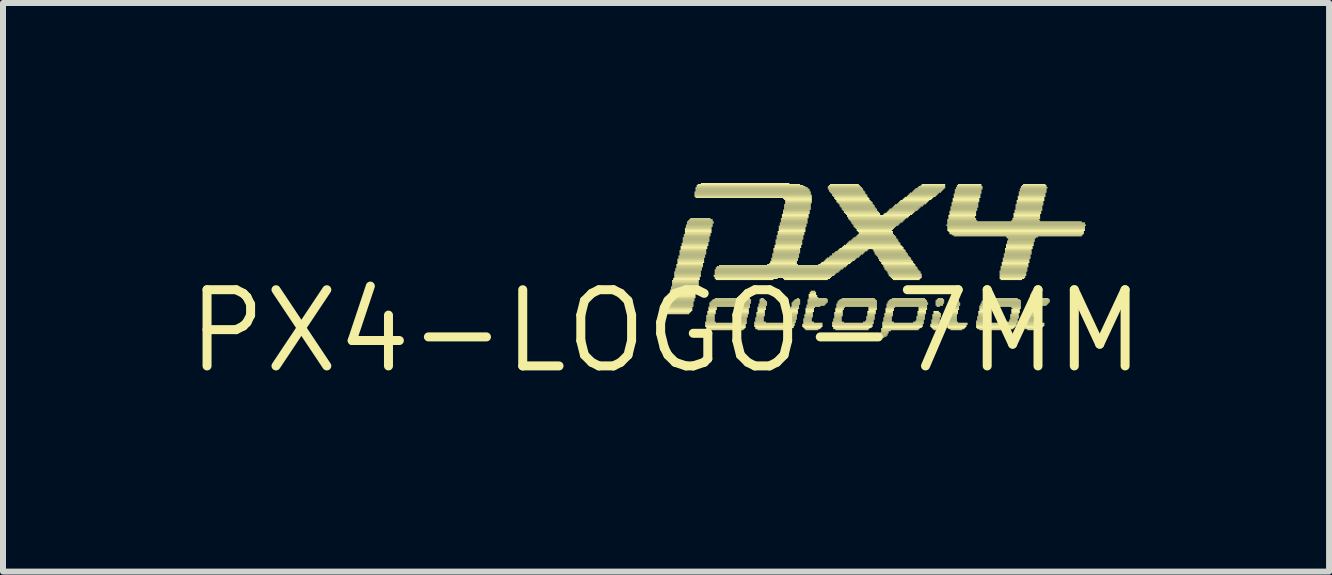
<source format=kicad_pcb>
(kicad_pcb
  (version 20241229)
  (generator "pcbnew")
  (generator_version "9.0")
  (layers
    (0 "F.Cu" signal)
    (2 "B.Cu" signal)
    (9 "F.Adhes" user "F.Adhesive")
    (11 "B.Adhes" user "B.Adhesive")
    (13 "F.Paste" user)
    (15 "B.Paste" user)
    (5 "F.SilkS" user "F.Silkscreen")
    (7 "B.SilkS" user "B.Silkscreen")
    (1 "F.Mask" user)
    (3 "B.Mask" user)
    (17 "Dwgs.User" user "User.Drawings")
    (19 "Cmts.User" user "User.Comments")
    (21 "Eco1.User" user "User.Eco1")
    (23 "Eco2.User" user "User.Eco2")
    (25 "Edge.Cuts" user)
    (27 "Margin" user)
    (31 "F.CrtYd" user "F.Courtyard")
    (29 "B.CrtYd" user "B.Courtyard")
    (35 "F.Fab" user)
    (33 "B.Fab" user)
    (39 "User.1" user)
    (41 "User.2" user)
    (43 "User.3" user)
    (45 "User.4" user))
  (footprint "PX4-LOGO-7MM"
    (layer "F.Cu")
    (at 8.051 2.469)
    (property "Reference" "PX4-LOGO-7MM" (at 0 0 0) (layer "F.SilkS") (effects (font (size 1.27 1.27) (thickness 0.15))))
    (attr through_hole)
    (fp_poly (pts (xy -0.007 -0.371) (xy 0.438 -0.371) (xy 0.438 -0.389) (xy -0.007 -0.389)) (stroke (width 0) (type solid)) (fill yes) (layer "F.SilkS"))
    (fp_poly (pts (xy -0.007 -0.353) (xy 0.438 -0.353) (xy 0.438 -0.371) (xy -0.007 -0.371)) (stroke (width 0) (type solid)) (fill yes) (layer "F.SilkS"))
    (fp_poly (pts (xy -0.007 -0.336) (xy 0.438 -0.336) (xy 0.438 -0.353) (xy -0.007 -0.353)) (stroke (width 0) (type solid)) (fill yes) (layer "F.SilkS"))
    (fp_poly (pts (xy -0.007 -0.318) (xy 0.42 -0.318) (xy 0.42 -0.336) (xy -0.007 -0.336)) (stroke (width 0) (type solid)) (fill yes) (layer "F.SilkS"))
    (fp_poly (pts (xy 0.011 -0.46) (xy 0.456 -0.46) (xy 0.456 -0.478) (xy 0.011 -0.478)) (stroke (width 0) (type solid)) (fill yes) (layer "F.SilkS"))
    (fp_poly (pts (xy 0.011 -0.442) (xy 0.456 -0.442) (xy 0.456 -0.46) (xy 0.011 -0.46)) (stroke (width 0) (type solid)) (fill yes) (layer "F.SilkS"))
    (fp_poly (pts (xy 0.011 -0.425) (xy 0.456 -0.425) (xy 0.456 -0.442) (xy 0.011 -0.442)) (stroke (width 0) (type solid)) (fill yes) (layer "F.SilkS"))
    (fp_poly (pts (xy 0.011 -0.407) (xy 0.456 -0.407) (xy 0.456 -0.425) (xy 0.011 -0.425)) (stroke (width 0) (type solid)) (fill yes) (layer "F.SilkS"))
    (fp_poly (pts (xy 0.011 -0.389) (xy 0.438 -0.389) (xy 0.438 -0.407) (xy 0.011 -0.407)) (stroke (width 0) (type solid)) (fill yes) (layer "F.SilkS"))
    (fp_poly (pts (xy 0.011 -0.3) (xy 0.402 -0.3) (xy 0.402 -0.318) (xy 0.011 -0.318)) (stroke (width 0) (type solid)) (fill yes) (layer "F.SilkS"))
    (fp_poly (pts (xy 0.011 -0.282) (xy 0.385 -0.282) (xy 0.385 -0.3) (xy 0.011 -0.3)) (stroke (width 0) (type solid)) (fill yes) (layer "F.SilkS"))
    (fp_poly (pts (xy 0.029 -0.514) (xy 0.474 -0.514) (xy 0.474 -0.531) (xy 0.029 -0.531)) (stroke (width 0) (type solid)) (fill yes) (layer "F.SilkS"))
    (fp_poly (pts (xy 0.029 -0.496) (xy 0.474 -0.496) (xy 0.474 -0.514) (xy 0.029 -0.514)) (stroke (width 0) (type solid)) (fill yes) (layer "F.SilkS"))
    (fp_poly (pts (xy 0.029 -0.478) (xy 0.456 -0.478) (xy 0.456 -0.496) (xy 0.029 -0.496)) (stroke (width 0) (type solid)) (fill yes) (layer "F.SilkS"))
    (fp_poly (pts (xy 0.047 -0.602) (xy 0.491 -0.602) (xy 0.491 -0.62) (xy 0.047 -0.62)) (stroke (width 0) (type solid)) (fill yes) (layer "F.SilkS"))
    (fp_poly (pts (xy 0.047 -0.585) (xy 0.491 -0.585) (xy 0.491 -0.602) (xy 0.047 -0.602)) (stroke (width 0) (type solid)) (fill yes) (layer "F.SilkS"))
    (fp_poly (pts (xy 0.047 -0.567) (xy 0.491 -0.567) (xy 0.491 -0.585) (xy 0.047 -0.585)) (stroke (width 0) (type solid)) (fill yes) (layer "F.SilkS"))
    (fp_poly (pts (xy 0.047 -0.549) (xy 0.491 -0.549) (xy 0.491 -0.567) (xy 0.047 -0.567)) (stroke (width 0) (type solid)) (fill yes) (layer "F.SilkS"))
    (fp_poly (pts (xy 0.047 -0.531) (xy 0.474 -0.531) (xy 0.474 -0.549) (xy 0.047 -0.549)) (stroke (width 0) (type solid)) (fill yes) (layer "F.SilkS"))
    (fp_poly (pts (xy 0.065 -0.674) (xy 0.509 -0.674) (xy 0.509 -0.691) (xy 0.065 -0.691)) (stroke (width 0) (type solid)) (fill yes) (layer "F.SilkS"))
    (fp_poly (pts (xy 0.065 -0.656) (xy 0.509 -0.656) (xy 0.509 -0.674) (xy 0.065 -0.674)) (stroke (width 0) (type solid)) (fill yes) (layer "F.SilkS"))
    (fp_poly (pts (xy 0.065 -0.638) (xy 0.509 -0.638) (xy 0.509 -0.656) (xy 0.065 -0.656)) (stroke (width 0) (type solid)) (fill yes) (layer "F.SilkS"))
    (fp_poly (pts (xy 0.065 -0.62) (xy 0.491 -0.62) (xy 0.491 -0.638) (xy 0.065 -0.638)) (stroke (width 0) (type solid)) (fill yes) (layer "F.SilkS"))
    (fp_poly (pts (xy 0.082 -0.727) (xy 0.527 -0.727) (xy 0.527 -0.745) (xy 0.082 -0.745)) (stroke (width 0) (type solid)) (fill yes) (layer "F.SilkS"))
    (fp_poly (pts (xy 0.082 -0.709) (xy 0.527 -0.709) (xy 0.527 -0.727) (xy 0.082 -0.727)) (stroke (width 0) (type solid)) (fill yes) (layer "F.SilkS"))
    (fp_poly (pts (xy 0.082 -0.691) (xy 0.509 -0.691) (xy 0.509 -0.709) (xy 0.082 -0.709)) (stroke (width 0) (type solid)) (fill yes) (layer "F.SilkS"))
    (fp_poly (pts (xy 0.1 -0.834) (xy 0.545 -0.834) (xy 0.545 -0.851) (xy 0.1 -0.851)) (stroke (width 0) (type solid)) (fill yes) (layer "F.SilkS"))
    (fp_poly (pts (xy 0.1 -0.816) (xy 0.545 -0.816) (xy 0.545 -0.834) (xy 0.1 -0.834)) (stroke (width 0) (type solid)) (fill yes) (layer "F.SilkS"))
    (fp_poly (pts (xy 0.1 -0.798) (xy 0.545 -0.798) (xy 0.545 -0.816) (xy 0.1 -0.816)) (stroke (width 0) (type solid)) (fill yes) (layer "F.SilkS"))
    (fp_poly (pts (xy 0.1 -0.78) (xy 0.545 -0.78) (xy 0.545 -0.798) (xy 0.1 -0.798)) (stroke (width 0) (type solid)) (fill yes) (layer "F.SilkS"))
    (fp_poly (pts (xy 0.1 -0.762) (xy 0.545 -0.762) (xy 0.545 -0.78) (xy 0.1 -0.78)) (stroke (width 0) (type solid)) (fill yes) (layer "F.SilkS"))
    (fp_poly (pts (xy 0.1 -0.745) (xy 0.527 -0.745) (xy 0.527 -0.762) (xy 0.1 -0.762)) (stroke (width 0) (type solid)) (fill yes) (layer "F.SilkS"))
    (fp_poly (pts (xy 0.118 -0.869) (xy 0.562 -0.869) (xy 0.562 -0.887) (xy 0.118 -0.887)) (stroke (width 0) (type solid)) (fill yes) (layer "F.SilkS"))
    (fp_poly (pts (xy 0.118 -0.851) (xy 0.562 -0.851) (xy 0.562 -0.869) (xy 0.118 -0.869)) (stroke (width 0) (type solid)) (fill yes) (layer "F.SilkS"))
    (fp_poly (pts (xy 0.136 -0.976) (xy 0.58 -0.976) (xy 0.58 -0.994) (xy 0.136 -0.994)) (stroke (width 0) (type solid)) (fill yes) (layer "F.SilkS"))
    (fp_poly (pts (xy 0.136 -0.958) (xy 0.58 -0.958) (xy 0.58 -0.976) (xy 0.136 -0.976)) (stroke (width 0) (type solid)) (fill yes) (layer "F.SilkS"))
    (fp_poly (pts (xy 0.136 -0.94) (xy 0.58 -0.94) (xy 0.58 -0.958) (xy 0.136 -0.958)) (stroke (width 0) (type solid)) (fill yes) (layer "F.SilkS"))
    (fp_poly (pts (xy 0.136 -0.922) (xy 0.58 -0.922) (xy 0.58 -0.94) (xy 0.136 -0.94)) (stroke (width 0) (type solid)) (fill yes) (layer "F.SilkS"))
    (fp_poly (pts (xy 0.136 -0.905) (xy 0.58 -0.905) (xy 0.58 -0.922) (xy 0.136 -0.922)) (stroke (width 0) (type solid)) (fill yes) (layer "F.SilkS"))
    (fp_poly (pts (xy 0.136 -0.887) (xy 0.562 -0.887) (xy 0.562 -0.905) (xy 0.136 -0.905)) (stroke (width 0) (type solid)) (fill yes) (layer "F.SilkS"))
    (fp_poly (pts (xy 0.153 -1.029) (xy 0.598 -1.029) (xy 0.598 -1.047) (xy 0.153 -1.047)) (stroke (width 0) (type solid)) (fill yes) (layer "F.SilkS"))
    (fp_poly (pts (xy 0.153 -1.011) (xy 0.598 -1.011) (xy 0.598 -1.029) (xy 0.153 -1.029)) (stroke (width 0) (type solid)) (fill yes) (layer "F.SilkS"))
    (fp_poly (pts (xy 0.153 -0.994) (xy 0.58 -0.994) (xy 0.58 -1.011) (xy 0.153 -1.011)) (stroke (width 0) (type solid)) (fill yes) (layer "F.SilkS"))
    (fp_poly (pts (xy 0.171 -1.1) (xy 0.616 -1.1) (xy 0.616 -1.118) (xy 0.171 -1.118)) (stroke (width 0) (type solid)) (fill yes) (layer "F.SilkS"))
    (fp_poly (pts (xy 0.171 -1.082) (xy 0.616 -1.082) (xy 0.616 -1.1) (xy 0.171 -1.1)) (stroke (width 0) (type solid)) (fill yes) (layer "F.SilkS"))
    (fp_poly (pts (xy 0.171 -1.065) (xy 0.616 -1.065) (xy 0.616 -1.082) (xy 0.171 -1.082)) (stroke (width 0) (type solid)) (fill yes) (layer "F.SilkS"))
    (fp_poly (pts (xy 0.171 -1.047) (xy 0.598 -1.047) (xy 0.598 -1.065) (xy 0.171 -1.065)) (stroke (width 0) (type solid)) (fill yes) (layer "F.SilkS"))
    (fp_poly (pts (xy 0.189 -1.189) (xy 0.634 -1.189) (xy 0.634 -1.207) (xy 0.189 -1.207)) (stroke (width 0) (type solid)) (fill yes) (layer "F.SilkS"))
    (fp_poly (pts (xy 0.189 -1.171) (xy 0.634 -1.171) (xy 0.634 -1.189) (xy 0.189 -1.189)) (stroke (width 0) (type solid)) (fill yes) (layer "F.SilkS"))
    (fp_poly (pts (xy 0.189 -1.154) (xy 0.634 -1.154) (xy 0.634 -1.171) (xy 0.189 -1.171)) (stroke (width 0) (type solid)) (fill yes) (layer "F.SilkS"))
    (fp_poly (pts (xy 0.189 -1.136) (xy 0.634 -1.136) (xy 0.634 -1.154) (xy 0.189 -1.154)) (stroke (width 0) (type solid)) (fill yes) (layer "F.SilkS"))
    (fp_poly (pts (xy 0.189 -1.118) (xy 0.616 -1.118) (xy 0.616 -1.136) (xy 0.189 -1.136)) (stroke (width 0) (type solid)) (fill yes) (layer "F.SilkS"))
    (fp_poly (pts (xy 0.207 -1.242) (xy 0.651 -1.242) (xy 0.651 -1.26) (xy 0.207 -1.26)) (stroke (width 0) (type solid)) (fill yes) (layer "F.SilkS"))
    (fp_poly (pts (xy 0.207 -1.225) (xy 0.651 -1.225) (xy 0.651 -1.242) (xy 0.207 -1.242)) (stroke (width 0) (type solid)) (fill yes) (layer "F.SilkS"))
    (fp_poly (pts (xy 0.207 -1.207) (xy 0.634 -1.207) (xy 0.634 -1.225) (xy 0.207 -1.225)) (stroke (width 0) (type solid)) (fill yes) (layer "F.SilkS"))
    (fp_poly (pts (xy 0.225 -1.331) (xy 0.669 -1.331) (xy 0.669 -1.349) (xy 0.225 -1.349)) (stroke (width 0) (type solid)) (fill yes) (layer "F.SilkS"))
    (fp_poly (pts (xy 0.225 -1.314) (xy 0.669 -1.314) (xy 0.669 -1.331) (xy 0.225 -1.331)) (stroke (width 0) (type solid)) (fill yes) (layer "F.SilkS"))
    (fp_poly (pts (xy 0.225 -1.296) (xy 0.669 -1.296) (xy 0.669 -1.314) (xy 0.225 -1.314)) (stroke (width 0) (type solid)) (fill yes) (layer "F.SilkS"))
    (fp_poly (pts (xy 0.225 -1.278) (xy 0.669 -1.278) (xy 0.669 -1.296) (xy 0.225 -1.296)) (stroke (width 0) (type solid)) (fill yes) (layer "F.SilkS"))
    (fp_poly (pts (xy 0.225 -1.26) (xy 0.651 -1.26) (xy 0.651 -1.278) (xy 0.225 -1.278)) (stroke (width 0) (type solid)) (fill yes) (layer "F.SilkS"))
    (fp_poly (pts (xy 0.242 -1.403) (xy 0.687 -1.403) (xy 0.687 -1.42) (xy 0.242 -1.42)) (stroke (width 0) (type solid)) (fill yes) (layer "F.SilkS"))
    (fp_poly (pts (xy 0.242 -1.385) (xy 0.687 -1.385) (xy 0.687 -1.403) (xy 0.242 -1.403)) (stroke (width 0) (type solid)) (fill yes) (layer "F.SilkS"))
    (fp_poly (pts (xy 0.242 -1.367) (xy 0.687 -1.367) (xy 0.687 -1.385) (xy 0.242 -1.385)) (stroke (width 0) (type solid)) (fill yes) (layer "F.SilkS"))
    (fp_poly (pts (xy 0.242 -1.349) (xy 0.669 -1.349) (xy 0.669 -1.367) (xy 0.242 -1.367)) (stroke (width 0) (type solid)) (fill yes) (layer "F.SilkS"))
    (fp_poly (pts (xy 0.26 -1.456) (xy 0.705 -1.456) (xy 0.705 -1.474) (xy 0.26 -1.474)) (stroke (width 0) (type solid)) (fill yes) (layer "F.SilkS"))
    (fp_poly (pts (xy 0.26 -1.438) (xy 0.705 -1.438) (xy 0.705 -1.456) (xy 0.26 -1.456)) (stroke (width 0) (type solid)) (fill yes) (layer "F.SilkS"))
    (fp_poly (pts (xy 0.26 -1.42) (xy 0.705 -1.42) (xy 0.705 -1.438) (xy 0.26 -1.438)) (stroke (width 0) (type solid)) (fill yes) (layer "F.SilkS"))
    (fp_poly (pts (xy 0.278 -1.545) (xy 0.722 -1.545) (xy 0.722 -1.563) (xy 0.278 -1.563)) (stroke (width 0) (type solid)) (fill yes) (layer "F.SilkS"))
    (fp_poly (pts (xy 0.278 -1.527) (xy 0.722 -1.527) (xy 0.722 -1.545) (xy 0.278 -1.545)) (stroke (width 0) (type solid)) (fill yes) (layer "F.SilkS"))
    (fp_poly (pts (xy 0.278 -1.509) (xy 0.722 -1.509) (xy 0.722 -1.527) (xy 0.278 -1.527)) (stroke (width 0) (type solid)) (fill yes) (layer "F.SilkS"))
    (fp_poly (pts (xy 0.278 -1.491) (xy 0.722 -1.491) (xy 0.722 -1.509) (xy 0.278 -1.509)) (stroke (width 0) (type solid)) (fill yes) (layer "F.SilkS"))
    (fp_poly (pts (xy 0.278 -1.474) (xy 0.705 -1.474) (xy 0.705 -1.491) (xy 0.278 -1.491)) (stroke (width 0) (type solid)) (fill yes) (layer "F.SilkS"))
    (fp_poly (pts (xy 0.296 -1.598) (xy 0.74 -1.598) (xy 0.74 -1.616) (xy 0.296 -1.616)) (stroke (width 0) (type solid)) (fill yes) (layer "F.SilkS"))
    (fp_poly (pts (xy 0.296 -1.58) (xy 0.74 -1.58) (xy 0.74 -1.598) (xy 0.296 -1.598)) (stroke (width 0) (type solid)) (fill yes) (layer "F.SilkS"))
    (fp_poly (pts (xy 0.296 -1.563) (xy 0.722 -1.563) (xy 0.722 -1.58) (xy 0.296 -1.58)) (stroke (width 0) (type solid)) (fill yes) (layer "F.SilkS"))
    (fp_poly (pts (xy 0.314 -1.705) (xy 0.758 -1.705) (xy 0.758 -1.723) (xy 0.314 -1.723)) (stroke (width 0) (type solid)) (fill yes) (layer "F.SilkS"))
    (fp_poly (pts (xy 0.314 -1.687) (xy 0.758 -1.687) (xy 0.758 -1.705) (xy 0.314 -1.705)) (stroke (width 0) (type solid)) (fill yes) (layer "F.SilkS"))
    (fp_poly (pts (xy 0.314 -1.669) (xy 0.758 -1.669) (xy 0.758 -1.687) (xy 0.314 -1.687)) (stroke (width 0) (type solid)) (fill yes) (layer "F.SilkS"))
    (fp_poly (pts (xy 0.314 -1.651) (xy 0.758 -1.651) (xy 0.758 -1.669) (xy 0.314 -1.669)) (stroke (width 0) (type solid)) (fill yes) (layer "F.SilkS"))
    (fp_poly (pts (xy 0.314 -1.634) (xy 0.758 -1.634) (xy 0.758 -1.651) (xy 0.314 -1.651)) (stroke (width 0) (type solid)) (fill yes) (layer "F.SilkS"))
    (fp_poly (pts (xy 0.314 -1.616) (xy 0.74 -1.616) (xy 0.74 -1.634) (xy 0.314 -1.634)) (stroke (width 0) (type solid)) (fill yes) (layer "F.SilkS"))
    (fp_poly (pts (xy 0.331 -1.758) (xy 0.776 -1.758) (xy 0.776 -1.776) (xy 0.331 -1.776)) (stroke (width 0) (type solid)) (fill yes) (layer "F.SilkS"))
    (fp_poly (pts (xy 0.331 -1.74) (xy 0.776 -1.74) (xy 0.776 -1.758) (xy 0.331 -1.758)) (stroke (width 0) (type solid)) (fill yes) (layer "F.SilkS"))
    (fp_poly (pts (xy 0.331 -1.723) (xy 0.758 -1.723) (xy 0.758 -1.74) (xy 0.331 -1.74)) (stroke (width 0) (type solid)) (fill yes) (layer "F.SilkS"))
    (fp_poly (pts (xy 0.349 -1.811) (xy 0.794 -1.811) (xy 0.794 -1.829) (xy 0.349 -1.829)) (stroke (width 0) (type solid)) (fill yes) (layer "F.SilkS"))
    (fp_poly (pts (xy 0.349 -1.794) (xy 0.794 -1.794) (xy 0.794 -1.811) (xy 0.349 -1.811)) (stroke (width 0) (type solid)) (fill yes) (layer "F.SilkS"))
    (fp_poly (pts (xy 0.349 -1.776) (xy 0.776 -1.776) (xy 0.776 -1.794) (xy 0.349 -1.794)) (stroke (width 0) (type solid)) (fill yes) (layer "F.SilkS"))
    (fp_poly (pts (xy 0.367 -1.829) (xy 0.776 -1.829) (xy 0.776 -1.847) (xy 0.367 -1.847)) (stroke (width 0) (type solid)) (fill yes) (layer "F.SilkS"))
    (fp_poly (pts (xy 0.385 -1.847) (xy 0.776 -1.847) (xy 0.776 -1.865) (xy 0.385 -1.865)) (stroke (width 0) (type solid)) (fill yes) (layer "F.SilkS"))
    (fp_poly (pts (xy 0.402 -1.865) (xy 0.74 -1.865) (xy 0.74 -1.883) (xy 0.402 -1.883)) (stroke (width 0) (type solid)) (fill yes) (layer "F.SilkS"))
    (fp_poly (pts (xy 0.474 -2.309) (xy 2.412 -2.309) (xy 2.412 -2.327) (xy 0.474 -2.327)) (stroke (width 0) (type solid)) (fill yes) (layer "F.SilkS"))
    (fp_poly (pts (xy 0.474 -2.292) (xy 2.412 -2.292) (xy 2.412 -2.309) (xy 0.474 -2.309)) (stroke (width 0) (type solid)) (fill yes) (layer "F.SilkS"))
    (fp_poly (pts (xy 0.474 -2.274) (xy 2.412 -2.274) (xy 2.412 -2.292) (xy 0.474 -2.292)) (stroke (width 0) (type solid)) (fill yes) (layer "F.SilkS"))
    (fp_poly (pts (xy 0.474 -2.256) (xy 2.429 -2.256) (xy 2.429 -2.274) (xy 0.474 -2.274)) (stroke (width 0) (type solid)) (fill yes) (layer "F.SilkS"))
    (fp_poly (pts (xy 0.474 -2.238) (xy 2.429 -2.238) (xy 2.429 -2.256) (xy 0.474 -2.256)) (stroke (width 0) (type solid)) (fill yes) (layer "F.SilkS"))
    (fp_poly (pts (xy 0.491 -2.38) (xy 2.358 -2.38) (xy 2.358 -2.398) (xy 0.491 -2.398)) (stroke (width 0) (type solid)) (fill yes) (layer "F.SilkS"))
    (fp_poly (pts (xy 0.491 -2.363) (xy 2.376 -2.363) (xy 2.376 -2.38) (xy 0.491 -2.38)) (stroke (width 0) (type solid)) (fill yes) (layer "F.SilkS"))
    (fp_poly (pts (xy 0.491 -2.345) (xy 2.394 -2.345) (xy 2.394 -2.363) (xy 0.491 -2.363)) (stroke (width 0) (type solid)) (fill yes) (layer "F.SilkS"))
    (fp_poly (pts (xy 0.491 -2.327) (xy 2.394 -2.327) (xy 2.394 -2.345) (xy 0.491 -2.345)) (stroke (width 0) (type solid)) (fill yes) (layer "F.SilkS"))
    (fp_poly (pts (xy 0.491 -2.22) (xy 2.429 -2.22) (xy 2.429 -2.238) (xy 0.491 -2.238)) (stroke (width 0) (type solid)) (fill yes) (layer "F.SilkS"))
    (fp_poly (pts (xy 0.509 -2.416) (xy 2.287 -2.416) (xy 2.287 -2.434) (xy 0.509 -2.434)) (stroke (width 0) (type solid)) (fill yes) (layer "F.SilkS"))
    (fp_poly (pts (xy 0.509 -2.398) (xy 2.323 -2.398) (xy 2.323 -2.416) (xy 0.509 -2.416)) (stroke (width 0) (type solid)) (fill yes) (layer "F.SilkS"))
    (fp_poly (pts (xy 0.527 -2.434) (xy 2.234 -2.434) (xy 2.234 -2.452) (xy 0.527 -2.452)) (stroke (width 0) (type solid)) (fill yes) (layer "F.SilkS"))
    (fp_poly (pts (xy 0.58 -2.452) (xy 2.056 -2.452) (xy 2.056 -2.469) (xy 0.58 -2.469)) (stroke (width 0) (type solid)) (fill yes) (layer "F.SilkS"))
    (fp_poly (pts (xy 0.651 -0.14) (xy 0.829 -0.14) (xy 0.829 -0.158) (xy 0.651 -0.158)) (stroke (width 0) (type solid)) (fill yes) (layer "F.SilkS"))
    (fp_poly (pts (xy 0.651 -0.122) (xy 1.345 -0.122) (xy 1.345 -0.14) (xy 0.651 -0.14)) (stroke (width 0) (type solid)) (fill yes) (layer "F.SilkS"))
    (fp_poly (pts (xy 0.651 -0.105) (xy 1.327 -0.105) (xy 1.327 -0.122) (xy 0.651 -0.122)) (stroke (width 0) (type solid)) (fill yes) (layer "F.SilkS"))
    (fp_poly (pts (xy 0.651 -0.087) (xy 1.327 -0.087) (xy 1.327 -0.105) (xy 0.651 -0.105)) (stroke (width 0) (type solid)) (fill yes) (layer "F.SilkS"))
    (fp_poly (pts (xy 0.651 -0.069) (xy 1.327 -0.069) (xy 1.327 -0.087) (xy 0.651 -0.087)) (stroke (width 0) (type solid)) (fill yes) (layer "F.SilkS"))
    (fp_poly (pts (xy 0.669 -0.247) (xy 0.811 -0.247) (xy 0.811 -0.265) (xy 0.669 -0.265)) (stroke (width 0) (type solid)) (fill yes) (layer "F.SilkS"))
    (fp_poly (pts (xy 0.669 -0.229) (xy 0.811 -0.229) (xy 0.811 -0.247) (xy 0.669 -0.247)) (stroke (width 0) (type solid)) (fill yes) (layer "F.SilkS"))
    (fp_poly (pts (xy 0.669 -0.211) (xy 0.811 -0.211) (xy 0.811 -0.229) (xy 0.669 -0.229)) (stroke (width 0) (type solid)) (fill yes) (layer "F.SilkS"))
    (fp_poly (pts (xy 0.669 -0.193) (xy 0.811 -0.193) (xy 0.811 -0.211) (xy 0.669 -0.211)) (stroke (width 0) (type solid)) (fill yes) (layer "F.SilkS"))
    (fp_poly (pts (xy 0.669 -0.176) (xy 0.811 -0.176) (xy 0.811 -0.193) (xy 0.669 -0.193)) (stroke (width 0) (type solid)) (fill yes) (layer "F.SilkS"))
    (fp_poly (pts (xy 0.669 -0.158) (xy 0.811 -0.158) (xy 0.811 -0.176) (xy 0.669 -0.176)) (stroke (width 0) (type solid)) (fill yes) (layer "F.SilkS"))
    (fp_poly (pts (xy 0.669 -0.051) (xy 1.327 -0.051) (xy 1.327 -0.069) (xy 0.669 -0.069)) (stroke (width 0) (type solid)) (fill yes) (layer "F.SilkS"))
    (fp_poly (pts (xy 0.669 -0.033) (xy 1.309 -0.033) (xy 1.309 -0.051) (xy 0.669 -0.051)) (stroke (width 0) (type solid)) (fill yes) (layer "F.SilkS"))
    (fp_poly (pts (xy 0.687 -0.318) (xy 0.829 -0.318) (xy 0.829 -0.336) (xy 0.687 -0.336)) (stroke (width 0) (type solid)) (fill yes) (layer "F.SilkS"))
    (fp_poly (pts (xy 0.687 -0.3) (xy 0.829 -0.3) (xy 0.829 -0.318) (xy 0.687 -0.318)) (stroke (width 0) (type solid)) (fill yes) (layer "F.SilkS"))
    (fp_poly (pts (xy 0.687 -0.282) (xy 0.829 -0.282) (xy 0.829 -0.3) (xy 0.687 -0.3)) (stroke (width 0) (type solid)) (fill yes) (layer "F.SilkS"))
    (fp_poly (pts (xy 0.687 -0.265) (xy 0.811 -0.265) (xy 0.811 -0.282) (xy 0.687 -0.282)) (stroke (width 0) (type solid)) (fill yes) (layer "F.SilkS"))
    (fp_poly (pts (xy 0.687 -0.016) (xy 1.291 -0.016) (xy 1.291 -0.033) (xy 0.687 -0.033)) (stroke (width 0) (type solid)) (fill yes) (layer "F.SilkS"))
    (fp_poly (pts (xy 0.705 -0.389) (xy 0.847 -0.389) (xy 0.847 -0.407) (xy 0.705 -0.407)) (stroke (width 0) (type solid)) (fill yes) (layer "F.SilkS"))
    (fp_poly (pts (xy 0.705 -0.371) (xy 0.847 -0.371) (xy 0.847 -0.389) (xy 0.705 -0.389)) (stroke (width 0) (type solid)) (fill yes) (layer "F.SilkS"))
    (fp_poly (pts (xy 0.705 -0.353) (xy 0.847 -0.353) (xy 0.847 -0.371) (xy 0.705 -0.371)) (stroke (width 0) (type solid)) (fill yes) (layer "F.SilkS"))
    (fp_poly (pts (xy 0.705 -0.336) (xy 0.829 -0.336) (xy 0.829 -0.353) (xy 0.705 -0.353)) (stroke (width 0) (type solid)) (fill yes) (layer "F.SilkS"))
    (fp_poly (pts (xy 0.722 -0.46) (xy 1.416 -0.46) (xy 1.416 -0.478) (xy 0.722 -0.478)) (stroke (width 0) (type solid)) (fill yes) (layer "F.SilkS"))
    (fp_poly (pts (xy 0.722 -0.442) (xy 1.398 -0.442) (xy 1.398 -0.46) (xy 0.722 -0.46)) (stroke (width 0) (type solid)) (fill yes) (layer "F.SilkS"))
    (fp_poly (pts (xy 0.722 -0.425) (xy 1.398 -0.425) (xy 1.398 -0.442) (xy 0.722 -0.442)) (stroke (width 0) (type solid)) (fill yes) (layer "F.SilkS"))
    (fp_poly (pts (xy 0.722 -0.407) (xy 1.398 -0.407) (xy 1.398 -0.425) (xy 0.722 -0.425)) (stroke (width 0) (type solid)) (fill yes) (layer "F.SilkS"))
    (fp_poly (pts (xy 0.74 -0.478) (xy 1.416 -0.478) (xy 1.416 -0.496) (xy 0.74 -0.496)) (stroke (width 0) (type solid)) (fill yes) (layer "F.SilkS"))
    (fp_poly (pts (xy 0.758 -0.496) (xy 1.416 -0.496) (xy 1.416 -0.514) (xy 0.758 -0.514)) (stroke (width 0) (type solid)) (fill yes) (layer "F.SilkS"))
    (fp_poly (pts (xy 0.776 -0.514) (xy 1.416 -0.514) (xy 1.416 -0.531) (xy 0.776 -0.531)) (stroke (width 0) (type solid)) (fill yes) (layer "F.SilkS"))
    (fp_poly (pts (xy 0.794 -0.922) (xy 2.803 -0.922) (xy 2.803 -0.94) (xy 0.794 -0.94)) (stroke (width 0) (type solid)) (fill yes) (layer "F.SilkS"))
    (fp_poly (pts (xy 0.794 -0.905) (xy 2.767 -0.905) (xy 2.767 -0.922) (xy 0.794 -0.922)) (stroke (width 0) (type solid)) (fill yes) (layer "F.SilkS"))
    (fp_poly (pts (xy 0.811 -1.011) (xy 2.909 -1.011) (xy 2.909 -1.029) (xy 0.811 -1.029)) (stroke (width 0) (type solid)) (fill yes) (layer "F.SilkS"))
    (fp_poly (pts (xy 0.811 -0.994) (xy 2.892 -0.994) (xy 2.892 -1.011) (xy 0.811 -1.011)) (stroke (width 0) (type solid)) (fill yes) (layer "F.SilkS"))
    (fp_poly (pts (xy 0.811 -0.976) (xy 2.874 -0.976) (xy 2.874 -0.994) (xy 0.811 -0.994)) (stroke (width 0) (type solid)) (fill yes) (layer "F.SilkS"))
    (fp_poly (pts (xy 0.811 -0.958) (xy 2.838 -0.958) (xy 2.838 -0.976) (xy 0.811 -0.976)) (stroke (width 0) (type solid)) (fill yes) (layer "F.SilkS"))
    (fp_poly (pts (xy 0.811 -0.94) (xy 2.82 -0.94) (xy 2.82 -0.958) (xy 0.811 -0.958)) (stroke (width 0) (type solid)) (fill yes) (layer "F.SilkS"))
    (fp_poly (pts (xy 0.811 -0.887) (xy 2.749 -0.887) (xy 2.749 -0.905) (xy 0.811 -0.905)) (stroke (width 0) (type solid)) (fill yes) (layer "F.SilkS"))
    (fp_poly (pts (xy 0.811 -0.869) (xy 1.86 -0.869) (xy 1.86 -0.887) (xy 0.811 -0.887)) (stroke (width 0) (type solid)) (fill yes) (layer "F.SilkS"))
    (fp_poly (pts (xy 0.811 -0.531) (xy 1.398 -0.531) (xy 1.398 -0.549) (xy 0.811 -0.549)) (stroke (width 0) (type solid)) (fill yes) (layer "F.SilkS"))
    (fp_poly (pts (xy 0.829 -1.047) (xy 2.963 -1.047) (xy 2.963 -1.065) (xy 0.829 -1.065)) (stroke (width 0) (type solid)) (fill yes) (layer "F.SilkS"))
    (fp_poly (pts (xy 0.829 -1.029) (xy 2.945 -1.029) (xy 2.945 -1.047) (xy 0.829 -1.047)) (stroke (width 0) (type solid)) (fill yes) (layer "F.SilkS"))
    (fp_poly (pts (xy 0.829 -0.851) (xy 1.789 -0.851) (xy 1.789 -0.869) (xy 0.829 -0.869)) (stroke (width 0) (type solid)) (fill yes) (layer "F.SilkS"))
    (fp_poly (pts (xy 0.847 -1.065) (xy 2.998 -1.065) (xy 2.998 -1.082) (xy 0.847 -1.082)) (stroke (width 0) (type solid)) (fill yes) (layer "F.SilkS"))
    (fp_poly (pts (xy 0.882 -1.082) (xy 3.016 -1.082) (xy 3.016 -1.1) (xy 0.882 -1.1)) (stroke (width 0) (type solid)) (fill yes) (layer "F.SilkS"))
    (fp_poly (pts (xy 1.149 -0.14) (xy 1.345 -0.14) (xy 1.345 -0.158) (xy 1.149 -0.158)) (stroke (width 0) (type solid)) (fill yes) (layer "F.SilkS"))
    (fp_poly (pts (xy 1.203 -0.176) (xy 1.345 -0.176) (xy 1.345 -0.193) (xy 1.203 -0.193)) (stroke (width 0) (type solid)) (fill yes) (layer "F.SilkS"))
    (fp_poly (pts (xy 1.203 -0.158) (xy 1.345 -0.158) (xy 1.345 -0.176) (xy 1.203 -0.176)) (stroke (width 0) (type solid)) (fill yes) (layer "F.SilkS"))
    (fp_poly (pts (xy 1.22 -0.247) (xy 1.363 -0.247) (xy 1.363 -0.265) (xy 1.22 -0.265)) (stroke (width 0) (type solid)) (fill yes) (layer "F.SilkS"))
    (fp_poly (pts (xy 1.22 -0.229) (xy 1.363 -0.229) (xy 1.363 -0.247) (xy 1.22 -0.247)) (stroke (width 0) (type solid)) (fill yes) (layer "F.SilkS"))
    (fp_poly (pts (xy 1.22 -0.211) (xy 1.345 -0.211) (xy 1.345 -0.229) (xy 1.22 -0.229)) (stroke (width 0) (type solid)) (fill yes) (layer "F.SilkS"))
    (fp_poly (pts (xy 1.22 -0.193) (xy 1.345 -0.193) (xy 1.345 -0.211) (xy 1.22 -0.211)) (stroke (width 0) (type solid)) (fill yes) (layer "F.SilkS"))
    (fp_poly (pts (xy 1.238 -0.389) (xy 1.398 -0.389) (xy 1.398 -0.407) (xy 1.238 -0.407)) (stroke (width 0) (type solid)) (fill yes) (layer "F.SilkS"))
    (fp_poly (pts (xy 1.238 -0.318) (xy 1.38 -0.318) (xy 1.38 -0.336) (xy 1.238 -0.336)) (stroke (width 0) (type solid)) (fill yes) (layer "F.SilkS"))
    (fp_poly (pts (xy 1.238 -0.3) (xy 1.38 -0.3) (xy 1.38 -0.318) (xy 1.238 -0.318)) (stroke (width 0) (type solid)) (fill yes) (layer "F.SilkS"))
    (fp_poly (pts (xy 1.238 -0.282) (xy 1.38 -0.282) (xy 1.38 -0.3) (xy 1.238 -0.3)) (stroke (width 0) (type solid)) (fill yes) (layer "F.SilkS"))
    (fp_poly (pts (xy 1.238 -0.265) (xy 1.363 -0.265) (xy 1.363 -0.282) (xy 1.238 -0.282)) (stroke (width 0) (type solid)) (fill yes) (layer "F.SilkS"))
    (fp_poly (pts (xy 1.256 -0.371) (xy 1.38 -0.371) (xy 1.38 -0.389) (xy 1.256 -0.389)) (stroke (width 0) (type solid)) (fill yes) (layer "F.SilkS"))
    (fp_poly (pts (xy 1.256 -0.353) (xy 1.38 -0.353) (xy 1.38 -0.371) (xy 1.256 -0.371)) (stroke (width 0) (type solid)) (fill yes) (layer "F.SilkS"))
    (fp_poly (pts (xy 1.256 -0.336) (xy 1.38 -0.336) (xy 1.38 -0.353) (xy 1.256 -0.353)) (stroke (width 0) (type solid)) (fill yes) (layer "F.SilkS"))
    (fp_poly (pts (xy 1.469 -0.14) (xy 1.665 -0.14) (xy 1.665 -0.158) (xy 1.469 -0.158)) (stroke (width 0) (type solid)) (fill yes) (layer "F.SilkS"))
    (fp_poly (pts (xy 1.469 -0.122) (xy 2.145 -0.122) (xy 2.145 -0.14) (xy 1.469 -0.14)) (stroke (width 0) (type solid)) (fill yes) (layer "F.SilkS"))
    (fp_poly (pts (xy 1.469 -0.105) (xy 2.145 -0.105) (xy 2.145 -0.122) (xy 1.469 -0.122)) (stroke (width 0) (type solid)) (fill yes) (layer "F.SilkS"))
    (fp_poly (pts (xy 1.469 -0.087) (xy 2.145 -0.087) (xy 2.145 -0.105) (xy 1.469 -0.105)) (stroke (width 0) (type solid)) (fill yes) (layer "F.SilkS"))
    (fp_poly (pts (xy 1.469 -0.069) (xy 2.127 -0.069) (xy 2.127 -0.087) (xy 1.469 -0.087)) (stroke (width 0) (type solid)) (fill yes) (layer "F.SilkS"))
    (fp_poly (pts (xy 1.487 -0.211) (xy 1.629 -0.211) (xy 1.629 -0.229) (xy 1.487 -0.229)) (stroke (width 0) (type solid)) (fill yes) (layer "F.SilkS"))
    (fp_poly (pts (xy 1.487 -0.193) (xy 1.629 -0.193) (xy 1.629 -0.211) (xy 1.487 -0.211)) (stroke (width 0) (type solid)) (fill yes) (layer "F.SilkS"))
    (fp_poly (pts (xy 1.487 -0.176) (xy 1.629 -0.176) (xy 1.629 -0.193) (xy 1.487 -0.193)) (stroke (width 0) (type solid)) (fill yes) (layer "F.SilkS"))
    (fp_poly (pts (xy 1.487 -0.158) (xy 1.629 -0.158) (xy 1.629 -0.176) (xy 1.487 -0.176)) (stroke (width 0) (type solid)) (fill yes) (layer "F.SilkS"))
    (fp_poly (pts (xy 1.487 -0.051) (xy 2.127 -0.051) (xy 2.127 -0.069) (xy 1.487 -0.069)) (stroke (width 0) (type solid)) (fill yes) (layer "F.SilkS"))
    (fp_poly (pts (xy 1.487 -0.033) (xy 2.092 -0.033) (xy 2.092 -0.051) (xy 1.487 -0.051)) (stroke (width 0) (type solid)) (fill yes) (layer "F.SilkS"))
    (fp_poly (pts (xy 1.505 -0.3) (xy 1.647 -0.3) (xy 1.647 -0.318) (xy 1.505 -0.318)) (stroke (width 0) (type solid)) (fill yes) (layer "F.SilkS"))
    (fp_poly (pts (xy 1.505 -0.282) (xy 1.647 -0.282) (xy 1.647 -0.3) (xy 1.505 -0.3)) (stroke (width 0) (type solid)) (fill yes) (layer "F.SilkS"))
    (fp_poly (pts (xy 1.505 -0.265) (xy 1.647 -0.265) (xy 1.647 -0.282) (xy 1.505 -0.282)) (stroke (width 0) (type solid)) (fill yes) (layer "F.SilkS"))
    (fp_poly (pts (xy 1.505 -0.247) (xy 1.647 -0.247) (xy 1.647 -0.265) (xy 1.505 -0.265)) (stroke (width 0) (type solid)) (fill yes) (layer "F.SilkS"))
    (fp_poly (pts (xy 1.505 -0.229) (xy 1.629 -0.229) (xy 1.629 -0.247) (xy 1.505 -0.247)) (stroke (width 0) (type solid)) (fill yes) (layer "F.SilkS"))
    (fp_poly (pts (xy 1.523 -0.389) (xy 1.665 -0.389) (xy 1.665 -0.407) (xy 1.523 -0.407)) (stroke (width 0) (type solid)) (fill yes) (layer "F.SilkS"))
    (fp_poly (pts (xy 1.523 -0.371) (xy 1.665 -0.371) (xy 1.665 -0.389) (xy 1.523 -0.389)) (stroke (width 0) (type solid)) (fill yes) (layer "F.SilkS"))
    (fp_poly (pts (xy 1.523 -0.353) (xy 1.665 -0.353) (xy 1.665 -0.371) (xy 1.523 -0.371)) (stroke (width 0) (type solid)) (fill yes) (layer "F.SilkS"))
    (fp_poly (pts (xy 1.523 -0.336) (xy 1.647 -0.336) (xy 1.647 -0.353) (xy 1.523 -0.353)) (stroke (width 0) (type solid)) (fill yes) (layer "F.SilkS"))
    (fp_poly (pts (xy 1.523 -0.318) (xy 1.647 -0.318) (xy 1.647 -0.336) (xy 1.523 -0.336)) (stroke (width 0) (type solid)) (fill yes) (layer "F.SilkS"))
    (fp_poly (pts (xy 1.523 -0.016) (xy 2.074 -0.016) (xy 2.074 -0.033) (xy 1.523 -0.033)) (stroke (width 0) (type solid)) (fill yes) (layer "F.SilkS"))
    (fp_poly (pts (xy 1.54 -0.442) (xy 1.683 -0.442) (xy 1.683 -0.46) (xy 1.54 -0.46)) (stroke (width 0) (type solid)) (fill yes) (layer "F.SilkS"))
    (fp_poly (pts (xy 1.54 -0.425) (xy 1.683 -0.425) (xy 1.683 -0.442) (xy 1.54 -0.442)) (stroke (width 0) (type solid)) (fill yes) (layer "F.SilkS"))
    (fp_poly (pts (xy 1.54 -0.407) (xy 1.665 -0.407) (xy 1.665 -0.425) (xy 1.54 -0.425)) (stroke (width 0) (type solid)) (fill yes) (layer "F.SilkS"))
    (fp_poly (pts (xy 1.558 -0.514) (xy 1.647 -0.514) (xy 1.647 -0.531) (xy 1.558 -0.531)) (stroke (width 0) (type solid)) (fill yes) (layer "F.SilkS"))
    (fp_poly (pts (xy 1.558 -0.496) (xy 1.665 -0.496) (xy 1.665 -0.514) (xy 1.558 -0.514)) (stroke (width 0) (type solid)) (fill yes) (layer "F.SilkS"))
    (fp_poly (pts (xy 1.558 -0.478) (xy 1.683 -0.478) (xy 1.683 -0.496) (xy 1.558 -0.496)) (stroke (width 0) (type solid)) (fill yes) (layer "F.SilkS"))
    (fp_poly (pts (xy 1.558 -0.46) (xy 1.683 -0.46) (xy 1.683 -0.478) (xy 1.558 -0.478)) (stroke (width 0) (type solid)) (fill yes) (layer "F.SilkS"))
    (fp_poly (pts (xy 1.576 -0.531) (xy 1.629 -0.531) (xy 1.629 -0.549) (xy 1.576 -0.549)) (stroke (width 0) (type solid)) (fill yes) (layer "F.SilkS"))
    (fp_poly (pts (xy 1.683 -1.1) (xy 2.198 -1.1) (xy 2.198 -1.118) (xy 1.683 -1.118)) (stroke (width 0) (type solid)) (fill yes) (layer "F.SilkS"))
    (fp_poly (pts (xy 1.718 -1.118) (xy 2.18 -1.118) (xy 2.18 -1.136) (xy 1.718 -1.136)) (stroke (width 0) (type solid)) (fill yes) (layer "F.SilkS"))
    (fp_poly (pts (xy 1.736 -1.154) (xy 2.18 -1.154) (xy 2.18 -1.171) (xy 1.736 -1.171)) (stroke (width 0) (type solid)) (fill yes) (layer "F.SilkS"))
    (fp_poly (pts (xy 1.736 -1.136) (xy 2.18 -1.136) (xy 2.18 -1.154) (xy 1.736 -1.154)) (stroke (width 0) (type solid)) (fill yes) (layer "F.SilkS"))
    (fp_poly (pts (xy 1.754 -1.207) (xy 2.198 -1.207) (xy 2.198 -1.225) (xy 1.754 -1.225)) (stroke (width 0) (type solid)) (fill yes) (layer "F.SilkS"))
    (fp_poly (pts (xy 1.754 -1.189) (xy 2.198 -1.189) (xy 2.198 -1.207) (xy 1.754 -1.207)) (stroke (width 0) (type solid)) (fill yes) (layer "F.SilkS"))
    (fp_poly (pts (xy 1.754 -1.171) (xy 2.198 -1.171) (xy 2.198 -1.189) (xy 1.754 -1.189)) (stroke (width 0) (type solid)) (fill yes) (layer "F.SilkS"))
    (fp_poly (pts (xy 1.771 -1.278) (xy 2.216 -1.278) (xy 2.216 -1.296) (xy 1.771 -1.296)) (stroke (width 0) (type solid)) (fill yes) (layer "F.SilkS"))
    (fp_poly (pts (xy 1.771 -1.26) (xy 2.216 -1.26) (xy 2.216 -1.278) (xy 1.771 -1.278)) (stroke (width 0) (type solid)) (fill yes) (layer "F.SilkS"))
    (fp_poly (pts (xy 1.771 -1.242) (xy 2.216 -1.242) (xy 2.216 -1.26) (xy 1.771 -1.26)) (stroke (width 0) (type solid)) (fill yes) (layer "F.SilkS"))
    (fp_poly (pts (xy 1.771 -1.225) (xy 2.216 -1.225) (xy 2.216 -1.242) (xy 1.771 -1.242)) (stroke (width 0) (type solid)) (fill yes) (layer "F.SilkS"))
    (fp_poly (pts (xy 1.789 -1.367) (xy 2.234 -1.367) (xy 2.234 -1.385) (xy 1.789 -1.385)) (stroke (width 0) (type solid)) (fill yes) (layer "F.SilkS"))
    (fp_poly (pts (xy 1.789 -1.349) (xy 2.234 -1.349) (xy 2.234 -1.367) (xy 1.789 -1.367)) (stroke (width 0) (type solid)) (fill yes) (layer "F.SilkS"))
    (fp_poly (pts (xy 1.789 -1.331) (xy 2.234 -1.331) (xy 2.234 -1.349) (xy 1.789 -1.349)) (stroke (width 0) (type solid)) (fill yes) (layer "F.SilkS"))
    (fp_poly (pts (xy 1.789 -1.314) (xy 2.234 -1.314) (xy 2.234 -1.331) (xy 1.789 -1.331)) (stroke (width 0) (type solid)) (fill yes) (layer "F.SilkS"))
    (fp_poly (pts (xy 1.789 -1.296) (xy 2.234 -1.296) (xy 2.234 -1.314) (xy 1.789 -1.314)) (stroke (width 0) (type solid)) (fill yes) (layer "F.SilkS"))
    (fp_poly (pts (xy 1.807 -1.42) (xy 2.252 -1.42) (xy 2.252 -1.438) (xy 1.807 -1.438)) (stroke (width 0) (type solid)) (fill yes) (layer "F.SilkS"))
    (fp_poly (pts (xy 1.807 -1.403) (xy 2.252 -1.403) (xy 2.252 -1.42) (xy 1.807 -1.42)) (stroke (width 0) (type solid)) (fill yes) (layer "F.SilkS"))
    (fp_poly (pts (xy 1.807 -1.385) (xy 2.252 -1.385) (xy 2.252 -1.403) (xy 1.807 -1.403)) (stroke (width 0) (type solid)) (fill yes) (layer "F.SilkS"))
    (fp_poly (pts (xy 1.825 -1.509) (xy 2.269 -1.509) (xy 2.269 -1.527) (xy 1.825 -1.527)) (stroke (width 0) (type solid)) (fill yes) (layer "F.SilkS"))
    (fp_poly (pts (xy 1.825 -1.491) (xy 2.269 -1.491) (xy 2.269 -1.509) (xy 1.825 -1.509)) (stroke (width 0) (type solid)) (fill yes) (layer "F.SilkS"))
    (fp_poly (pts (xy 1.825 -1.474) (xy 2.269 -1.474) (xy 2.269 -1.491) (xy 1.825 -1.491)) (stroke (width 0) (type solid)) (fill yes) (layer "F.SilkS"))
    (fp_poly (pts (xy 1.825 -1.456) (xy 2.269 -1.456) (xy 2.269 -1.474) (xy 1.825 -1.474)) (stroke (width 0) (type solid)) (fill yes) (layer "F.SilkS"))
    (fp_poly (pts (xy 1.825 -1.438) (xy 2.269 -1.438) (xy 2.269 -1.456) (xy 1.825 -1.456)) (stroke (width 0) (type solid)) (fill yes) (layer "F.SilkS"))
    (fp_poly (pts (xy 1.843 -1.58) (xy 2.287 -1.58) (xy 2.287 -1.598) (xy 1.843 -1.598)) (stroke (width 0) (type solid)) (fill yes) (layer "F.SilkS"))
    (fp_poly (pts (xy 1.843 -1.563) (xy 2.287 -1.563) (xy 2.287 -1.58) (xy 1.843 -1.58)) (stroke (width 0) (type solid)) (fill yes) (layer "F.SilkS"))
    (fp_poly (pts (xy 1.843 -1.545) (xy 2.287 -1.545) (xy 2.287 -1.563) (xy 1.843 -1.563)) (stroke (width 0) (type solid)) (fill yes) (layer "F.SilkS"))
    (fp_poly (pts (xy 1.843 -1.527) (xy 2.287 -1.527) (xy 2.287 -1.545) (xy 1.843 -1.545)) (stroke (width 0) (type solid)) (fill yes) (layer "F.SilkS"))
    (fp_poly (pts (xy 1.86 -1.651) (xy 2.323 -1.651) (xy 2.323 -1.669) (xy 1.86 -1.669)) (stroke (width 0) (type solid)) (fill yes) (layer "F.SilkS"))
    (fp_poly (pts (xy 1.86 -1.634) (xy 2.305 -1.634) (xy 2.305 -1.651) (xy 1.86 -1.651)) (stroke (width 0) (type solid)) (fill yes) (layer "F.SilkS"))
    (fp_poly (pts (xy 1.86 -1.616) (xy 2.305 -1.616) (xy 2.305 -1.634) (xy 1.86 -1.634)) (stroke (width 0) (type solid)) (fill yes) (layer "F.SilkS"))
    (fp_poly (pts (xy 1.86 -1.598) (xy 2.305 -1.598) (xy 2.305 -1.616) (xy 1.86 -1.616)) (stroke (width 0) (type solid)) (fill yes) (layer "F.SilkS"))
    (fp_poly (pts (xy 1.878 -1.74) (xy 2.34 -1.74) (xy 2.34 -1.758) (xy 1.878 -1.758)) (stroke (width 0) (type solid)) (fill yes) (layer "F.SilkS"))
    (fp_poly (pts (xy 1.878 -1.723) (xy 2.323 -1.723) (xy 2.323 -1.74) (xy 1.878 -1.74)) (stroke (width 0) (type solid)) (fill yes) (layer "F.SilkS"))
    (fp_poly (pts (xy 1.878 -1.705) (xy 2.323 -1.705) (xy 2.323 -1.723) (xy 1.878 -1.723)) (stroke (width 0) (type solid)) (fill yes) (layer "F.SilkS"))
    (fp_poly (pts (xy 1.878 -1.687) (xy 2.323 -1.687) (xy 2.323 -1.705) (xy 1.878 -1.705)) (stroke (width 0) (type solid)) (fill yes) (layer "F.SilkS"))
    (fp_poly (pts (xy 1.878 -1.669) (xy 2.323 -1.669) (xy 2.323 -1.687) (xy 1.878 -1.687)) (stroke (width 0) (type solid)) (fill yes) (layer "F.SilkS"))
    (fp_poly (pts (xy 1.896 -1.794) (xy 2.358 -1.794) (xy 2.358 -1.811) (xy 1.896 -1.811)) (stroke (width 0) (type solid)) (fill yes) (layer "F.SilkS"))
    (fp_poly (pts (xy 1.896 -1.776) (xy 2.34 -1.776) (xy 2.34 -1.794) (xy 1.896 -1.794)) (stroke (width 0) (type solid)) (fill yes) (layer "F.SilkS"))
    (fp_poly (pts (xy 1.896 -1.758) (xy 2.34 -1.758) (xy 2.34 -1.776) (xy 1.896 -1.776)) (stroke (width 0) (type solid)) (fill yes) (layer "F.SilkS"))
    (fp_poly (pts (xy 1.914 -1.865) (xy 2.358 -1.865) (xy 2.358 -1.883) (xy 1.914 -1.883)) (stroke (width 0) (type solid)) (fill yes) (layer "F.SilkS"))
    (fp_poly (pts (xy 1.914 -1.847) (xy 2.358 -1.847) (xy 2.358 -1.865) (xy 1.914 -1.865)) (stroke (width 0) (type solid)) (fill yes) (layer "F.SilkS"))
    (fp_poly (pts (xy 1.914 -1.829) (xy 2.358 -1.829) (xy 2.358 -1.847) (xy 1.914 -1.847)) (stroke (width 0) (type solid)) (fill yes) (layer "F.SilkS"))
    (fp_poly (pts (xy 1.914 -1.811) (xy 2.358 -1.811) (xy 2.358 -1.829) (xy 1.914 -1.829)) (stroke (width 0) (type solid)) (fill yes) (layer "F.SilkS"))
    (fp_poly (pts (xy 1.931 -1.936) (xy 2.376 -1.936) (xy 2.376 -1.954) (xy 1.931 -1.954)) (stroke (width 0) (type solid)) (fill yes) (layer "F.SilkS"))
    (fp_poly (pts (xy 1.931 -1.918) (xy 2.376 -1.918) (xy 2.376 -1.936) (xy 1.931 -1.936)) (stroke (width 0) (type solid)) (fill yes) (layer "F.SilkS"))
    (fp_poly (pts (xy 1.931 -1.9) (xy 2.376 -1.9) (xy 2.376 -1.918) (xy 1.931 -1.918)) (stroke (width 0) (type solid)) (fill yes) (layer "F.SilkS"))
    (fp_poly (pts (xy 1.931 -1.883) (xy 2.376 -1.883) (xy 2.376 -1.9) (xy 1.931 -1.9)) (stroke (width 0) (type solid)) (fill yes) (layer "F.SilkS"))
    (fp_poly (pts (xy 1.949 -2.203) (xy 2.429 -2.203) (xy 2.429 -2.22) (xy 1.949 -2.22)) (stroke (width 0) (type solid)) (fill yes) (layer "F.SilkS"))
    (fp_poly (pts (xy 1.949 -2.007) (xy 2.394 -2.007) (xy 2.394 -2.025) (xy 1.949 -2.025)) (stroke (width 0) (type solid)) (fill yes) (layer "F.SilkS"))
    (fp_poly (pts (xy 1.949 -1.989) (xy 2.394 -1.989) (xy 2.394 -2.007) (xy 1.949 -2.007)) (stroke (width 0) (type solid)) (fill yes) (layer "F.SilkS"))
    (fp_poly (pts (xy 1.949 -1.971) (xy 2.394 -1.971) (xy 2.394 -1.989) (xy 1.949 -1.989)) (stroke (width 0) (type solid)) (fill yes) (layer "F.SilkS"))
    (fp_poly (pts (xy 1.949 -1.954) (xy 2.394 -1.954) (xy 2.394 -1.971) (xy 1.949 -1.971)) (stroke (width 0) (type solid)) (fill yes) (layer "F.SilkS"))
    (fp_poly (pts (xy 1.949 -0.869) (xy 2.732 -0.869) (xy 2.732 -0.887) (xy 1.949 -0.887)) (stroke (width 0) (type solid)) (fill yes) (layer "F.SilkS"))
    (fp_poly (pts (xy 1.967 -2.185) (xy 2.429 -2.185) (xy 2.429 -2.203) (xy 1.967 -2.203)) (stroke (width 0) (type solid)) (fill yes) (layer "F.SilkS"))
    (fp_poly (pts (xy 1.967 -2.096) (xy 2.412 -2.096) (xy 2.412 -2.114) (xy 1.967 -2.114)) (stroke (width 0) (type solid)) (fill yes) (layer "F.SilkS"))
    (fp_poly (pts (xy 1.967 -2.078) (xy 2.412 -2.078) (xy 2.412 -2.096) (xy 1.967 -2.096)) (stroke (width 0) (type solid)) (fill yes) (layer "F.SilkS"))
    (fp_poly (pts (xy 1.967 -2.06) (xy 2.412 -2.06) (xy 2.412 -2.078) (xy 1.967 -2.078)) (stroke (width 0) (type solid)) (fill yes) (layer "F.SilkS"))
    (fp_poly (pts (xy 1.967 -2.043) (xy 2.412 -2.043) (xy 2.412 -2.06) (xy 1.967 -2.06)) (stroke (width 0) (type solid)) (fill yes) (layer "F.SilkS"))
    (fp_poly (pts (xy 1.967 -2.025) (xy 2.412 -2.025) (xy 2.412 -2.043) (xy 1.967 -2.043)) (stroke (width 0) (type solid)) (fill yes) (layer "F.SilkS"))
    (fp_poly (pts (xy 1.967 -0.851) (xy 2.696 -0.851) (xy 2.696 -0.869) (xy 1.967 -0.869)) (stroke (width 0) (type solid)) (fill yes) (layer "F.SilkS"))
    (fp_poly (pts (xy 1.985 -2.167) (xy 2.429 -2.167) (xy 2.429 -2.185) (xy 1.985 -2.185)) (stroke (width 0) (type solid)) (fill yes) (layer "F.SilkS"))
    (fp_poly (pts (xy 1.985 -2.149) (xy 2.429 -2.149) (xy 2.429 -2.167) (xy 1.985 -2.167)) (stroke (width 0) (type solid)) (fill yes) (layer "F.SilkS"))
    (fp_poly (pts (xy 1.985 -2.131) (xy 2.429 -2.131) (xy 2.429 -2.149) (xy 1.985 -2.149)) (stroke (width 0) (type solid)) (fill yes) (layer "F.SilkS"))
    (fp_poly (pts (xy 1.985 -2.114) (xy 2.412 -2.114) (xy 2.412 -2.131) (xy 1.985 -2.131)) (stroke (width 0) (type solid)) (fill yes) (layer "F.SilkS"))
    (fp_poly (pts (xy 1.985 -0.14) (xy 2.163 -0.14) (xy 2.163 -0.158) (xy 1.985 -0.158)) (stroke (width 0) (type solid)) (fill yes) (layer "F.SilkS"))
    (fp_poly (pts (xy 2.02 -0.158) (xy 2.163 -0.158) (xy 2.163 -0.176) (xy 2.02 -0.176)) (stroke (width 0) (type solid)) (fill yes) (layer "F.SilkS"))
    (fp_poly (pts (xy 2.038 -0.229) (xy 2.18 -0.229) (xy 2.18 -0.247) (xy 2.038 -0.247)) (stroke (width 0) (type solid)) (fill yes) (layer "F.SilkS"))
    (fp_poly (pts (xy 2.038 -0.211) (xy 2.18 -0.211) (xy 2.18 -0.229) (xy 2.038 -0.229)) (stroke (width 0) (type solid)) (fill yes) (layer "F.SilkS"))
    (fp_poly (pts (xy 2.038 -0.193) (xy 2.18 -0.193) (xy 2.18 -0.211) (xy 2.038 -0.211)) (stroke (width 0) (type solid)) (fill yes) (layer "F.SilkS"))
    (fp_poly (pts (xy 2.038 -0.176) (xy 2.163 -0.176) (xy 2.163 -0.193) (xy 2.038 -0.193)) (stroke (width 0) (type solid)) (fill yes) (layer "F.SilkS"))
    (fp_poly (pts (xy 2.056 -0.336) (xy 2.198 -0.336) (xy 2.198 -0.353) (xy 2.056 -0.353)) (stroke (width 0) (type solid)) (fill yes) (layer "F.SilkS"))
    (fp_poly (pts (xy 2.056 -0.318) (xy 2.198 -0.318) (xy 2.198 -0.336) (xy 2.056 -0.336)) (stroke (width 0) (type solid)) (fill yes) (layer "F.SilkS"))
    (fp_poly (pts (xy 2.056 -0.3) (xy 2.198 -0.3) (xy 2.198 -0.318) (xy 2.056 -0.318)) (stroke (width 0) (type solid)) (fill yes) (layer "F.SilkS"))
    (fp_poly (pts (xy 2.056 -0.282) (xy 2.198 -0.282) (xy 2.198 -0.3) (xy 2.056 -0.3)) (stroke (width 0) (type solid)) (fill yes) (layer "F.SilkS"))
    (fp_poly (pts (xy 2.056 -0.265) (xy 2.18 -0.265) (xy 2.18 -0.282) (xy 2.056 -0.282)) (stroke (width 0) (type solid)) (fill yes) (layer "F.SilkS"))
    (fp_poly (pts (xy 2.056 -0.247) (xy 2.18 -0.247) (xy 2.18 -0.265) (xy 2.056 -0.265)) (stroke (width 0) (type solid)) (fill yes) (layer "F.SilkS"))
    (fp_poly (pts (xy 2.074 -0.389) (xy 2.216 -0.389) (xy 2.216 -0.407) (xy 2.074 -0.407)) (stroke (width 0) (type solid)) (fill yes) (layer "F.SilkS"))
    (fp_poly (pts (xy 2.074 -0.371) (xy 2.216 -0.371) (xy 2.216 -0.389) (xy 2.074 -0.389)) (stroke (width 0) (type solid)) (fill yes) (layer "F.SilkS"))
    (fp_poly (pts (xy 2.074 -0.353) (xy 2.198 -0.353) (xy 2.198 -0.371) (xy 2.074 -0.371)) (stroke (width 0) (type solid)) (fill yes) (layer "F.SilkS"))
    (fp_poly (pts (xy 2.092 -0.46) (xy 2.234 -0.46) (xy 2.234 -0.478) (xy 2.092 -0.478)) (stroke (width 0) (type solid)) (fill yes) (layer "F.SilkS"))
    (fp_poly (pts (xy 2.092 -0.442) (xy 2.234 -0.442) (xy 2.234 -0.46) (xy 2.092 -0.46)) (stroke (width 0) (type solid)) (fill yes) (layer "F.SilkS"))
    (fp_poly (pts (xy 2.092 -0.425) (xy 2.216 -0.425) (xy 2.216 -0.442) (xy 2.092 -0.442)) (stroke (width 0) (type solid)) (fill yes) (layer "F.SilkS"))
    (fp_poly (pts (xy 2.092 -0.407) (xy 2.216 -0.407) (xy 2.216 -0.425) (xy 2.092 -0.425)) (stroke (width 0) (type solid)) (fill yes) (layer "F.SilkS"))
    (fp_poly (pts (xy 2.109 -0.478) (xy 2.234 -0.478) (xy 2.234 -0.496) (xy 2.109 -0.496)) (stroke (width 0) (type solid)) (fill yes) (layer "F.SilkS"))
    (fp_poly (pts (xy 2.127 -0.496) (xy 2.234 -0.496) (xy 2.234 -0.514) (xy 2.127 -0.514)) (stroke (width 0) (type solid)) (fill yes) (layer "F.SilkS"))
    (fp_poly (pts (xy 2.145 -0.514) (xy 2.234 -0.514) (xy 2.234 -0.531) (xy 2.145 -0.531)) (stroke (width 0) (type solid)) (fill yes) (layer "F.SilkS"))
    (fp_poly (pts (xy 2.18 -0.531) (xy 2.216 -0.531) (xy 2.216 -0.549) (xy 2.18 -0.549)) (stroke (width 0) (type solid)) (fill yes) (layer "F.SilkS"))
    (fp_poly (pts (xy 2.269 -0.105) (xy 2.607 -0.105) (xy 2.607 -0.122) (xy 2.269 -0.122)) (stroke (width 0) (type solid)) (fill yes) (layer "F.SilkS"))
    (fp_poly (pts (xy 2.269 -0.087) (xy 2.607 -0.087) (xy 2.607 -0.105) (xy 2.269 -0.105)) (stroke (width 0) (type solid)) (fill yes) (layer "F.SilkS"))
    (fp_poly (pts (xy 2.269 -0.069) (xy 2.607 -0.069) (xy 2.607 -0.087) (xy 2.269 -0.087)) (stroke (width 0) (type solid)) (fill yes) (layer "F.SilkS"))
    (fp_poly (pts (xy 2.287 -0.193) (xy 2.429 -0.193) (xy 2.429 -0.211) (xy 2.287 -0.211)) (stroke (width 0) (type solid)) (fill yes) (layer "F.SilkS"))
    (fp_poly (pts (xy 2.287 -0.176) (xy 2.429 -0.176) (xy 2.429 -0.193) (xy 2.287 -0.193)) (stroke (width 0) (type solid)) (fill yes) (layer "F.SilkS"))
    (fp_poly (pts (xy 2.287 -0.158) (xy 2.429 -0.158) (xy 2.429 -0.176) (xy 2.287 -0.176)) (stroke (width 0) (type solid)) (fill yes) (layer "F.SilkS"))
    (fp_poly (pts (xy 2.287 -0.14) (xy 2.465 -0.14) (xy 2.465 -0.158) (xy 2.287 -0.158)) (stroke (width 0) (type solid)) (fill yes) (layer "F.SilkS"))
    (fp_poly (pts (xy 2.287 -0.122) (xy 2.607 -0.122) (xy 2.607 -0.14) (xy 2.287 -0.14)) (stroke (width 0) (type solid)) (fill yes) (layer "F.SilkS"))
    (fp_poly (pts (xy 2.287 -0.051) (xy 2.589 -0.051) (xy 2.589 -0.069) (xy 2.287 -0.069)) (stroke (width 0) (type solid)) (fill yes) (layer "F.SilkS"))
    (fp_poly (pts (xy 2.305 -0.265) (xy 2.447 -0.265) (xy 2.447 -0.282) (xy 2.305 -0.282)) (stroke (width 0) (type solid)) (fill yes) (layer "F.SilkS"))
    (fp_poly (pts (xy 2.305 -0.247) (xy 2.447 -0.247) (xy 2.447 -0.265) (xy 2.305 -0.265)) (stroke (width 0) (type solid)) (fill yes) (layer "F.SilkS"))
    (fp_poly (pts (xy 2.305 -0.229) (xy 2.447 -0.229) (xy 2.447 -0.247) (xy 2.305 -0.247)) (stroke (width 0) (type solid)) (fill yes) (layer "F.SilkS"))
    (fp_poly (pts (xy 2.305 -0.211) (xy 2.429 -0.211) (xy 2.429 -0.229) (xy 2.305 -0.229)) (stroke (width 0) (type solid)) (fill yes) (layer "F.SilkS"))
    (fp_poly (pts (xy 2.305 -0.033) (xy 2.572 -0.033) (xy 2.572 -0.051) (xy 2.305 -0.051)) (stroke (width 0) (type solid)) (fill yes) (layer "F.SilkS"))
    (fp_poly (pts (xy 2.323 -0.371) (xy 2.465 -0.371) (xy 2.465 -0.389) (xy 2.323 -0.389)) (stroke (width 0) (type solid)) (fill yes) (layer "F.SilkS"))
    (fp_poly (pts (xy 2.323 -0.353) (xy 2.465 -0.353) (xy 2.465 -0.371) (xy 2.323 -0.371)) (stroke (width 0) (type solid)) (fill yes) (layer "F.SilkS"))
    (fp_poly (pts (xy 2.323 -0.336) (xy 2.465 -0.336) (xy 2.465 -0.353) (xy 2.323 -0.353)) (stroke (width 0) (type solid)) (fill yes) (layer "F.SilkS"))
    (fp_poly (pts (xy 2.323 -0.318) (xy 2.465 -0.318) (xy 2.465 -0.336) (xy 2.323 -0.336)) (stroke (width 0) (type solid)) (fill yes) (layer "F.SilkS"))
    (fp_poly (pts (xy 2.323 -0.3) (xy 2.447 -0.3) (xy 2.447 -0.318) (xy 2.323 -0.318)) (stroke (width 0) (type solid)) (fill yes) (layer "F.SilkS"))
    (fp_poly (pts (xy 2.323 -0.282) (xy 2.447 -0.282) (xy 2.447 -0.3) (xy 2.323 -0.3)) (stroke (width 0) (type solid)) (fill yes) (layer "F.SilkS"))
    (fp_poly (pts (xy 2.323 -0.016) (xy 2.536 -0.016) (xy 2.536 -0.033) (xy 2.323 -0.033)) (stroke (width 0) (type solid)) (fill yes) (layer "F.SilkS"))
    (fp_poly (pts (xy 2.34 -0.425) (xy 2.643 -0.425) (xy 2.643 -0.442) (xy 2.34 -0.442)) (stroke (width 0) (type solid)) (fill yes) (layer "F.SilkS"))
    (fp_poly (pts (xy 2.34 -0.407) (xy 2.572 -0.407) (xy 2.572 -0.425) (xy 2.34 -0.425)) (stroke (width 0) (type solid)) (fill yes) (layer "F.SilkS"))
    (fp_poly (pts (xy 2.34 -0.389) (xy 2.483 -0.389) (xy 2.483 -0.407) (xy 2.34 -0.407)) (stroke (width 0) (type solid)) (fill yes) (layer "F.SilkS"))
    (fp_poly (pts (xy 2.358 -0.514) (xy 2.696 -0.514) (xy 2.696 -0.531) (xy 2.358 -0.531)) (stroke (width 0) (type solid)) (fill yes) (layer "F.SilkS"))
    (fp_poly (pts (xy 2.358 -0.496) (xy 2.696 -0.496) (xy 2.696 -0.514) (xy 2.358 -0.514)) (stroke (width 0) (type solid)) (fill yes) (layer "F.SilkS"))
    (fp_poly (pts (xy 2.358 -0.478) (xy 2.696 -0.478) (xy 2.696 -0.496) (xy 2.358 -0.496)) (stroke (width 0) (type solid)) (fill yes) (layer "F.SilkS"))
    (fp_poly (pts (xy 2.358 -0.46) (xy 2.678 -0.46) (xy 2.678 -0.478) (xy 2.358 -0.478)) (stroke (width 0) (type solid)) (fill yes) (layer "F.SilkS"))
    (fp_poly (pts (xy 2.358 -0.442) (xy 2.66 -0.442) (xy 2.66 -0.46) (xy 2.358 -0.46)) (stroke (width 0) (type solid)) (fill yes) (layer "F.SilkS"))
    (fp_poly (pts (xy 2.376 -0.602) (xy 2.5 -0.602) (xy 2.5 -0.62) (xy 2.376 -0.62)) (stroke (width 0) (type solid)) (fill yes) (layer "F.SilkS"))
    (fp_poly (pts (xy 2.376 -0.585) (xy 2.518 -0.585) (xy 2.518 -0.602) (xy 2.376 -0.602)) (stroke (width 0) (type solid)) (fill yes) (layer "F.SilkS"))
    (fp_poly (pts (xy 2.376 -0.567) (xy 2.518 -0.567) (xy 2.518 -0.585) (xy 2.376 -0.585)) (stroke (width 0) (type solid)) (fill yes) (layer "F.SilkS"))
    (fp_poly (pts (xy 2.376 -0.549) (xy 2.536 -0.549) (xy 2.536 -0.567) (xy 2.376 -0.567)) (stroke (width 0) (type solid)) (fill yes) (layer "F.SilkS"))
    (fp_poly (pts (xy 2.376 -0.531) (xy 2.678 -0.531) (xy 2.678 -0.549) (xy 2.376 -0.549)) (stroke (width 0) (type solid)) (fill yes) (layer "F.SilkS"))
    (fp_poly (pts (xy 2.394 -0.638) (xy 2.5 -0.638) (xy 2.5 -0.656) (xy 2.394 -0.656)) (stroke (width 0) (type solid)) (fill yes) (layer "F.SilkS"))
    (fp_poly (pts (xy 2.394 -0.62) (xy 2.5 -0.62) (xy 2.5 -0.638) (xy 2.394 -0.638)) (stroke (width 0) (type solid)) (fill yes) (layer "F.SilkS"))
    (fp_poly (pts (xy 2.412 -0.656) (xy 2.483 -0.656) (xy 2.483 -0.674) (xy 2.412 -0.674)) (stroke (width 0) (type solid)) (fill yes) (layer "F.SilkS"))
    (fp_poly (pts (xy 2.536 -1.1) (xy 3.034 -1.1) (xy 3.034 -1.118) (xy 2.536 -1.118)) (stroke (width 0) (type solid)) (fill yes) (layer "F.SilkS"))
    (fp_poly (pts (xy 2.572 -1.118) (xy 3.069 -1.118) (xy 3.069 -1.136) (xy 2.572 -1.136)) (stroke (width 0) (type solid)) (fill yes) (layer "F.SilkS"))
    (fp_poly (pts (xy 2.589 -1.136) (xy 3.087 -1.136) (xy 3.087 -1.154) (xy 2.589 -1.154)) (stroke (width 0) (type solid)) (fill yes) (layer "F.SilkS"))
    (fp_poly (pts (xy 2.625 -1.154) (xy 3.105 -1.154) (xy 3.105 -1.171) (xy 2.625 -1.171)) (stroke (width 0) (type solid)) (fill yes) (layer "F.SilkS"))
    (fp_poly (pts (xy 2.643 -1.171) (xy 3.141 -1.171) (xy 3.141 -1.189) (xy 2.643 -1.189)) (stroke (width 0) (type solid)) (fill yes) (layer "F.SilkS"))
    (fp_poly (pts (xy 2.66 -1.189) (xy 3.158 -1.189) (xy 3.158 -1.207) (xy 2.66 -1.207)) (stroke (width 0) (type solid)) (fill yes) (layer "F.SilkS"))
    (fp_poly (pts (xy 2.678 -1.207) (xy 3.176 -1.207) (xy 3.176 -1.225) (xy 2.678 -1.225)) (stroke (width 0) (type solid)) (fill yes) (layer "F.SilkS"))
    (fp_poly (pts (xy 2.696 -2.398) (xy 3.247 -2.398) (xy 3.247 -2.416) (xy 2.696 -2.416)) (stroke (width 0) (type solid)) (fill yes) (layer "F.SilkS"))
    (fp_poly (pts (xy 2.696 -2.38) (xy 3.265 -2.38) (xy 3.265 -2.398) (xy 2.696 -2.398)) (stroke (width 0) (type solid)) (fill yes) (layer "F.SilkS"))
    (fp_poly (pts (xy 2.696 -2.363) (xy 3.283 -2.363) (xy 3.283 -2.38) (xy 2.696 -2.38)) (stroke (width 0) (type solid)) (fill yes) (layer "F.SilkS"))
    (fp_poly (pts (xy 2.714 -2.416) (xy 3.229 -2.416) (xy 3.229 -2.434) (xy 2.714 -2.434)) (stroke (width 0) (type solid)) (fill yes) (layer "F.SilkS"))
    (fp_poly (pts (xy 2.714 -2.345) (xy 3.283 -2.345) (xy 3.283 -2.363) (xy 2.714 -2.363)) (stroke (width 0) (type solid)) (fill yes) (layer "F.SilkS"))
    (fp_poly (pts (xy 2.714 -2.327) (xy 3.301 -2.327) (xy 3.301 -2.345) (xy 2.714 -2.345)) (stroke (width 0) (type solid)) (fill yes) (layer "F.SilkS"))
    (fp_poly (pts (xy 2.714 -1.225) (xy 3.212 -1.225) (xy 3.212 -1.242) (xy 2.714 -1.242)) (stroke (width 0) (type solid)) (fill yes) (layer "F.SilkS"))
    (fp_poly (pts (xy 2.732 -2.434) (xy 3.212 -2.434) (xy 3.212 -2.452) (xy 2.732 -2.452)) (stroke (width 0) (type solid)) (fill yes) (layer "F.SilkS"))
    (fp_poly (pts (xy 2.732 -2.309) (xy 3.318 -2.309) (xy 3.318 -2.327) (xy 2.732 -2.327)) (stroke (width 0) (type solid)) (fill yes) (layer "F.SilkS"))
    (fp_poly (pts (xy 2.732 -1.242) (xy 3.229 -1.242) (xy 3.229 -1.26) (xy 2.732 -1.26)) (stroke (width 0) (type solid)) (fill yes) (layer "F.SilkS"))
    (fp_poly (pts (xy 2.749 -2.292) (xy 3.318 -2.292) (xy 3.318 -2.309) (xy 2.749 -2.309)) (stroke (width 0) (type solid)) (fill yes) (layer "F.SilkS"))
    (fp_poly (pts (xy 2.767 -2.274) (xy 3.336 -2.274) (xy 3.336 -2.292) (xy 2.767 -2.292)) (stroke (width 0) (type solid)) (fill yes) (layer "F.SilkS"))
    (fp_poly (pts (xy 2.767 -2.256) (xy 3.354 -2.256) (xy 3.354 -2.274) (xy 2.767 -2.274)) (stroke (width 0) (type solid)) (fill yes) (layer "F.SilkS"))
    (fp_poly (pts (xy 2.767 -1.278) (xy 3.283 -1.278) (xy 3.283 -1.296) (xy 2.767 -1.296)) (stroke (width 0) (type solid)) (fill yes) (layer "F.SilkS"))
    (fp_poly (pts (xy 2.767 -1.26) (xy 3.247 -1.26) (xy 3.247 -1.278) (xy 2.767 -1.278)) (stroke (width 0) (type solid)) (fill yes) (layer "F.SilkS"))
    (fp_poly (pts (xy 2.767 -0.14) (xy 2.963 -0.14) (xy 2.963 -0.158) (xy 2.767 -0.158)) (stroke (width 0) (type solid)) (fill yes) (layer "F.SilkS"))
    (fp_poly (pts (xy 2.767 -0.122) (xy 3.461 -0.122) (xy 3.461 -0.14) (xy 2.767 -0.14)) (stroke (width 0) (type solid)) (fill yes) (layer "F.SilkS"))
    (fp_poly (pts (xy 2.767 -0.105) (xy 3.443 -0.105) (xy 3.443 -0.122) (xy 2.767 -0.122)) (stroke (width 0) (type solid)) (fill yes) (layer "F.SilkS"))
    (fp_poly (pts (xy 2.767 -0.087) (xy 3.443 -0.087) (xy 3.443 -0.105) (xy 2.767 -0.105)) (stroke (width 0) (type solid)) (fill yes) (layer "F.SilkS"))
    (fp_poly (pts (xy 2.767 -0.069) (xy 3.443 -0.069) (xy 3.443 -0.087) (xy 2.767 -0.087)) (stroke (width 0) (type solid)) (fill yes) (layer "F.SilkS"))
    (fp_poly (pts (xy 2.785 -2.238) (xy 3.354 -2.238) (xy 3.354 -2.256) (xy 2.785 -2.256)) (stroke (width 0) (type solid)) (fill yes) (layer "F.SilkS"))
    (fp_poly (pts (xy 2.785 -0.193) (xy 2.927 -0.193) (xy 2.927 -0.211) (xy 2.785 -0.211)) (stroke (width 0) (type solid)) (fill yes) (layer "F.SilkS"))
    (fp_poly (pts (xy 2.785 -0.176) (xy 2.927 -0.176) (xy 2.927 -0.193) (xy 2.785 -0.193)) (stroke (width 0) (type solid)) (fill yes) (layer "F.SilkS"))
    (fp_poly (pts (xy 2.785 -0.158) (xy 2.927 -0.158) (xy 2.927 -0.176) (xy 2.785 -0.176)) (stroke (width 0) (type solid)) (fill yes) (layer "F.SilkS"))
    (fp_poly (pts (xy 2.785 -0.051) (xy 3.425 -0.051) (xy 3.425 -0.069) (xy 2.785 -0.069)) (stroke (width 0) (type solid)) (fill yes) (layer "F.SilkS"))
    (fp_poly (pts (xy 2.785 -0.033) (xy 3.389 -0.033) (xy 3.389 -0.051) (xy 2.785 -0.051)) (stroke (width 0) (type solid)) (fill yes) (layer "F.SilkS"))
    (fp_poly (pts (xy 2.803 -2.22) (xy 3.372 -2.22) (xy 3.372 -2.238) (xy 2.803 -2.238)) (stroke (width 0) (type solid)) (fill yes) (layer "F.SilkS"))
    (fp_poly (pts (xy 2.803 -2.203) (xy 3.389 -2.203) (xy 3.389 -2.22) (xy 2.803 -2.22)) (stroke (width 0) (type solid)) (fill yes) (layer "F.SilkS"))
    (fp_poly (pts (xy 2.803 -1.296) (xy 3.301 -1.296) (xy 3.301 -1.314) (xy 2.803 -1.314)) (stroke (width 0) (type solid)) (fill yes) (layer "F.SilkS"))
    (fp_poly (pts (xy 2.803 -0.3) (xy 2.945 -0.3) (xy 2.945 -0.318) (xy 2.803 -0.318)) (stroke (width 0) (type solid)) (fill yes) (layer "F.SilkS"))
    (fp_poly (pts (xy 2.803 -0.282) (xy 2.945 -0.282) (xy 2.945 -0.3) (xy 2.803 -0.3)) (stroke (width 0) (type solid)) (fill yes) (layer "F.SilkS"))
    (fp_poly (pts (xy 2.803 -0.265) (xy 2.945 -0.265) (xy 2.945 -0.282) (xy 2.803 -0.282)) (stroke (width 0) (type solid)) (fill yes) (layer "F.SilkS"))
    (fp_poly (pts (xy 2.803 -0.247) (xy 2.945 -0.247) (xy 2.945 -0.265) (xy 2.803 -0.265)) (stroke (width 0) (type solid)) (fill yes) (layer "F.SilkS"))
    (fp_poly (pts (xy 2.803 -0.229) (xy 2.927 -0.229) (xy 2.927 -0.247) (xy 2.803 -0.247)) (stroke (width 0) (type solid)) (fill yes) (layer "F.SilkS"))
    (fp_poly (pts (xy 2.803 -0.211) (xy 2.927 -0.211) (xy 2.927 -0.229) (xy 2.803 -0.229)) (stroke (width 0) (type solid)) (fill yes) (layer "F.SilkS"))
    (fp_poly (pts (xy 2.82 -2.185) (xy 3.389 -2.185) (xy 3.389 -2.203) (xy 2.82 -2.203)) (stroke (width 0) (type solid)) (fill yes) (layer "F.SilkS"))
    (fp_poly (pts (xy 2.82 -1.314) (xy 3.318 -1.314) (xy 3.318 -1.331) (xy 2.82 -1.331)) (stroke (width 0) (type solid)) (fill yes) (layer "F.SilkS"))
    (fp_poly (pts (xy 2.82 -0.371) (xy 2.963 -0.371) (xy 2.963 -0.389) (xy 2.82 -0.389)) (stroke (width 0) (type solid)) (fill yes) (layer "F.SilkS"))
    (fp_poly (pts (xy 2.82 -0.353) (xy 2.963 -0.353) (xy 2.963 -0.371) (xy 2.82 -0.371)) (stroke (width 0) (type solid)) (fill yes) (layer "F.SilkS"))
    (fp_poly (pts (xy 2.82 -0.336) (xy 2.945 -0.336) (xy 2.945 -0.353) (xy 2.82 -0.353)) (stroke (width 0) (type solid)) (fill yes) (layer "F.SilkS"))
    (fp_poly (pts (xy 2.82 -0.318) (xy 2.945 -0.318) (xy 2.945 -0.336) (xy 2.82 -0.336)) (stroke (width 0) (type solid)) (fill yes) (layer "F.SilkS"))
    (fp_poly (pts (xy 2.82 -0.016) (xy 3.372 -0.016) (xy 3.372 -0.033) (xy 2.82 -0.033)) (stroke (width 0) (type solid)) (fill yes) (layer "F.SilkS"))
    (fp_poly (pts (xy 2.838 -2.167) (xy 3.407 -2.167) (xy 3.407 -2.185) (xy 2.838 -2.185)) (stroke (width 0) (type solid)) (fill yes) (layer "F.SilkS"))
    (fp_poly (pts (xy 2.838 -2.149) (xy 3.425 -2.149) (xy 3.425 -2.167) (xy 2.838 -2.167)) (stroke (width 0) (type solid)) (fill yes) (layer "F.SilkS"))
    (fp_poly (pts (xy 2.838 -0.442) (xy 3.514 -0.442) (xy 3.514 -0.46) (xy 2.838 -0.46)) (stroke (width 0) (type solid)) (fill yes) (layer "F.SilkS"))
    (fp_poly (pts (xy 2.838 -0.425) (xy 3.514 -0.425) (xy 3.514 -0.442) (xy 2.838 -0.442)) (stroke (width 0) (type solid)) (fill yes) (layer "F.SilkS"))
    (fp_poly (pts (xy 2.838 -0.407) (xy 3.514 -0.407) (xy 3.514 -0.425) (xy 2.838 -0.425)) (stroke (width 0) (type solid)) (fill yes) (layer "F.SilkS"))
    (fp_poly (pts (xy 2.838 -0.389) (xy 2.981 -0.389) (xy 2.981 -0.407) (xy 2.838 -0.407)) (stroke (width 0) (type solid)) (fill yes) (layer "F.SilkS"))
    (fp_poly (pts (xy 2.856 -2.131) (xy 3.443 -2.131) (xy 3.443 -2.149) (xy 2.856 -2.149)) (stroke (width 0) (type solid)) (fill yes) (layer "F.SilkS"))
    (fp_poly (pts (xy 2.856 -1.331) (xy 3.354 -1.331) (xy 3.354 -1.349) (xy 2.856 -1.349)) (stroke (width 0) (type solid)) (fill yes) (layer "F.SilkS"))
    (fp_poly (pts (xy 2.856 -0.478) (xy 3.514 -0.478) (xy 3.514 -0.496) (xy 2.856 -0.496)) (stroke (width 0) (type solid)) (fill yes) (layer "F.SilkS"))
    (fp_poly (pts (xy 2.856 -0.46) (xy 3.514 -0.46) (xy 3.514 -0.478) (xy 2.856 -0.478)) (stroke (width 0) (type solid)) (fill yes) (layer "F.SilkS"))
    (fp_poly (pts (xy 2.874 -2.114) (xy 3.443 -2.114) (xy 3.443 -2.131) (xy 2.874 -2.131)) (stroke (width 0) (type solid)) (fill yes) (layer "F.SilkS"))
    (fp_poly (pts (xy 2.874 -1.349) (xy 3.372 -1.349) (xy 3.372 -1.367) (xy 2.874 -1.367)) (stroke (width 0) (type solid)) (fill yes) (layer "F.SilkS"))
    (fp_poly (pts (xy 2.874 -0.496) (xy 3.514 -0.496) (xy 3.514 -0.514) (xy 2.874 -0.514)) (stroke (width 0) (type solid)) (fill yes) (layer "F.SilkS"))
    (fp_poly (pts (xy 2.892 -2.096) (xy 3.461 -2.096) (xy 3.461 -2.114) (xy 2.892 -2.114)) (stroke (width 0) (type solid)) (fill yes) (layer "F.SilkS"))
    (fp_poly (pts (xy 2.892 -2.078) (xy 3.478 -2.078) (xy 3.478 -2.096) (xy 2.892 -2.096)) (stroke (width 0) (type solid)) (fill yes) (layer "F.SilkS"))
    (fp_poly (pts (xy 2.892 -1.367) (xy 3.958 -1.367) (xy 3.958 -1.385) (xy 2.892 -1.385)) (stroke (width 0) (type solid)) (fill yes) (layer "F.SilkS"))
    (fp_poly (pts (xy 2.892 -0.514) (xy 3.496 -0.514) (xy 3.496 -0.531) (xy 2.892 -0.531)) (stroke (width 0) (type solid)) (fill yes) (layer "F.SilkS"))
    (fp_poly (pts (xy 2.909 -2.06) (xy 3.478 -2.06) (xy 3.478 -2.078) (xy 2.909 -2.078)) (stroke (width 0) (type solid)) (fill yes) (layer "F.SilkS"))
    (fp_poly (pts (xy 2.927 -2.043) (xy 3.496 -2.043) (xy 3.496 -2.06) (xy 2.927 -2.06)) (stroke (width 0) (type solid)) (fill yes) (layer "F.SilkS"))
    (fp_poly (pts (xy 2.927 -2.025) (xy 3.514 -2.025) (xy 3.514 -2.043) (xy 2.927 -2.043)) (stroke (width 0) (type solid)) (fill yes) (layer "F.SilkS"))
    (fp_poly (pts (xy 2.927 -1.385) (xy 3.958 -1.385) (xy 3.958 -1.403) (xy 2.927 -1.403)) (stroke (width 0) (type solid)) (fill yes) (layer "F.SilkS"))
    (fp_poly (pts (xy 2.927 -0.531) (xy 3.478 -0.531) (xy 3.478 -0.549) (xy 2.927 -0.549)) (stroke (width 0) (type solid)) (fill yes) (layer "F.SilkS"))
    (fp_poly (pts (xy 2.945 -2.007) (xy 3.514 -2.007) (xy 3.514 -2.025) (xy 2.945 -2.025)) (stroke (width 0) (type solid)) (fill yes) (layer "F.SilkS"))
    (fp_poly (pts (xy 2.945 -1.403) (xy 3.941 -1.403) (xy 3.941 -1.42) (xy 2.945 -1.42)) (stroke (width 0) (type solid)) (fill yes) (layer "F.SilkS"))
    (fp_poly (pts (xy 2.963 -1.989) (xy 3.532 -1.989) (xy 3.532 -2.007) (xy 2.963 -2.007)) (stroke (width 0) (type solid)) (fill yes) (layer "F.SilkS"))
    (fp_poly (pts (xy 2.963 -1.971) (xy 3.549 -1.971) (xy 3.549 -1.989) (xy 2.963 -1.989)) (stroke (width 0) (type solid)) (fill yes) (layer "F.SilkS"))
    (fp_poly (pts (xy 2.963 -1.42) (xy 3.923 -1.42) (xy 3.923 -1.438) (xy 2.963 -1.438)) (stroke (width 0) (type solid)) (fill yes) (layer "F.SilkS"))
    (fp_poly (pts (xy 2.981 -1.954) (xy 3.567 -1.954) (xy 3.567 -1.971) (xy 2.981 -1.971)) (stroke (width 0) (type solid)) (fill yes) (layer "F.SilkS"))
    (fp_poly (pts (xy 2.998 -1.936) (xy 3.567 -1.936) (xy 3.567 -1.954) (xy 2.998 -1.954)) (stroke (width 0) (type solid)) (fill yes) (layer "F.SilkS"))
    (fp_poly (pts (xy 2.998 -1.438) (xy 3.905 -1.438) (xy 3.905 -1.456) (xy 2.998 -1.456)) (stroke (width 0) (type solid)) (fill yes) (layer "F.SilkS"))
    (fp_poly (pts (xy 3.016 -1.918) (xy 4.065 -1.918) (xy 4.065 -1.936) (xy 3.016 -1.936)) (stroke (width 0) (type solid)) (fill yes) (layer "F.SilkS"))
    (fp_poly (pts (xy 3.016 -1.9) (xy 4.047 -1.9) (xy 4.047 -1.918) (xy 3.016 -1.918)) (stroke (width 0) (type solid)) (fill yes) (layer "F.SilkS"))
    (fp_poly (pts (xy 3.016 -1.456) (xy 3.905 -1.456) (xy 3.905 -1.474) (xy 3.016 -1.474)) (stroke (width 0) (type solid)) (fill yes) (layer "F.SilkS"))
    (fp_poly (pts (xy 3.034 -1.883) (xy 4.03 -1.883) (xy 4.03 -1.9) (xy 3.034 -1.9)) (stroke (width 0) (type solid)) (fill yes) (layer "F.SilkS"))
    (fp_poly (pts (xy 3.034 -1.865) (xy 3.994 -1.865) (xy 3.994 -1.883) (xy 3.034 -1.883)) (stroke (width 0) (type solid)) (fill yes) (layer "F.SilkS"))
    (fp_poly (pts (xy 3.034 -1.474) (xy 3.887 -1.474) (xy 3.887 -1.491) (xy 3.034 -1.491)) (stroke (width 0) (type solid)) (fill yes) (layer "F.SilkS"))
    (fp_poly (pts (xy 3.052 -1.847) (xy 3.976 -1.847) (xy 3.976 -1.865) (xy 3.052 -1.865)) (stroke (width 0) (type solid)) (fill yes) (layer "F.SilkS"))
    (fp_poly (pts (xy 3.052 -1.491) (xy 3.87 -1.491) (xy 3.87 -1.509) (xy 3.052 -1.509)) (stroke (width 0) (type solid)) (fill yes) (layer "F.SilkS"))
    (fp_poly (pts (xy 3.069 -1.829) (xy 3.958 -1.829) (xy 3.958 -1.847) (xy 3.069 -1.847)) (stroke (width 0) (type solid)) (fill yes) (layer "F.SilkS"))
    (fp_poly (pts (xy 3.087 -1.811) (xy 3.941 -1.811) (xy 3.941 -1.829) (xy 3.087 -1.829)) (stroke (width 0) (type solid)) (fill yes) (layer "F.SilkS"))
    (fp_poly (pts (xy 3.087 -1.794) (xy 3.905 -1.794) (xy 3.905 -1.811) (xy 3.087 -1.811)) (stroke (width 0) (type solid)) (fill yes) (layer "F.SilkS"))
    (fp_poly (pts (xy 3.087 -1.509) (xy 3.87 -1.509) (xy 3.87 -1.527) (xy 3.087 -1.527)) (stroke (width 0) (type solid)) (fill yes) (layer "F.SilkS"))
    (fp_poly (pts (xy 3.105 -1.776) (xy 3.887 -1.776) (xy 3.887 -1.794) (xy 3.105 -1.794)) (stroke (width 0) (type solid)) (fill yes) (layer "F.SilkS"))
    (fp_poly (pts (xy 3.105 -1.527) (xy 3.852 -1.527) (xy 3.852 -1.545) (xy 3.105 -1.545)) (stroke (width 0) (type solid)) (fill yes) (layer "F.SilkS"))
    (fp_poly (pts (xy 3.123 -1.758) (xy 3.87 -1.758) (xy 3.87 -1.776) (xy 3.123 -1.776)) (stroke (width 0) (type solid)) (fill yes) (layer "F.SilkS"))
    (fp_poly (pts (xy 3.123 -1.74) (xy 3.834 -1.74) (xy 3.834 -1.758) (xy 3.123 -1.758)) (stroke (width 0) (type solid)) (fill yes) (layer "F.SilkS"))
    (fp_poly (pts (xy 3.123 -1.545) (xy 3.834 -1.545) (xy 3.834 -1.563) (xy 3.123 -1.563)) (stroke (width 0) (type solid)) (fill yes) (layer "F.SilkS"))
    (fp_poly (pts (xy 3.141 -1.723) (xy 3.816 -1.723) (xy 3.816 -1.74) (xy 3.141 -1.74)) (stroke (width 0) (type solid)) (fill yes) (layer "F.SilkS"))
    (fp_poly (pts (xy 3.158 -1.705) (xy 3.798 -1.705) (xy 3.798 -1.723) (xy 3.158 -1.723)) (stroke (width 0) (type solid)) (fill yes) (layer "F.SilkS"))
    (fp_poly (pts (xy 3.158 -1.563) (xy 3.834 -1.563) (xy 3.834 -1.58) (xy 3.158 -1.58)) (stroke (width 0) (type solid)) (fill yes) (layer "F.SilkS"))
    (fp_poly (pts (xy 3.176 -1.687) (xy 3.781 -1.687) (xy 3.781 -1.705) (xy 3.176 -1.705)) (stroke (width 0) (type solid)) (fill yes) (layer "F.SilkS"))
    (fp_poly (pts (xy 3.176 -1.669) (xy 3.763 -1.669) (xy 3.763 -1.687) (xy 3.176 -1.687)) (stroke (width 0) (type solid)) (fill yes) (layer "F.SilkS"))
    (fp_poly (pts (xy 3.176 -1.58) (xy 3.816 -1.58) (xy 3.816 -1.598) (xy 3.176 -1.598)) (stroke (width 0) (type solid)) (fill yes) (layer "F.SilkS"))
    (fp_poly (pts (xy 3.194 -1.651) (xy 3.781 -1.651) (xy 3.781 -1.669) (xy 3.194 -1.669)) (stroke (width 0) (type solid)) (fill yes) (layer "F.SilkS"))
    (fp_poly (pts (xy 3.194 -1.598) (xy 3.798 -1.598) (xy 3.798 -1.616) (xy 3.194 -1.616)) (stroke (width 0) (type solid)) (fill yes) (layer "F.SilkS"))
    (fp_poly (pts (xy 3.212 -1.634) (xy 3.781 -1.634) (xy 3.781 -1.651) (xy 3.212 -1.651)) (stroke (width 0) (type solid)) (fill yes) (layer "F.SilkS"))
    (fp_poly (pts (xy 3.212 -1.616) (xy 3.781 -1.616) (xy 3.781 -1.634) (xy 3.212 -1.634)) (stroke (width 0) (type solid)) (fill yes) (layer "F.SilkS"))
    (fp_poly (pts (xy 3.283 -0.14) (xy 3.461 -0.14) (xy 3.461 -0.158) (xy 3.283 -0.158)) (stroke (width 0) (type solid)) (fill yes) (layer "F.SilkS"))
    (fp_poly (pts (xy 3.318 -0.158) (xy 3.461 -0.158) (xy 3.461 -0.176) (xy 3.318 -0.176)) (stroke (width 0) (type solid)) (fill yes) (layer "F.SilkS"))
    (fp_poly (pts (xy 3.336 -0.229) (xy 3.478 -0.229) (xy 3.478 -0.247) (xy 3.336 -0.247)) (stroke (width 0) (type solid)) (fill yes) (layer "F.SilkS"))
    (fp_poly (pts (xy 3.336 -0.211) (xy 3.478 -0.211) (xy 3.478 -0.229) (xy 3.336 -0.229)) (stroke (width 0) (type solid)) (fill yes) (layer "F.SilkS"))
    (fp_poly (pts (xy 3.336 -0.193) (xy 3.478 -0.193) (xy 3.478 -0.211) (xy 3.336 -0.211)) (stroke (width 0) (type solid)) (fill yes) (layer "F.SilkS"))
    (fp_poly (pts (xy 3.336 -0.176) (xy 3.461 -0.176) (xy 3.461 -0.193) (xy 3.336 -0.193)) (stroke (width 0) (type solid)) (fill yes) (layer "F.SilkS"))
    (fp_poly (pts (xy 3.354 -0.318) (xy 3.496 -0.318) (xy 3.496 -0.336) (xy 3.354 -0.336)) (stroke (width 0) (type solid)) (fill yes) (layer "F.SilkS"))
    (fp_poly (pts (xy 3.354 -0.3) (xy 3.496 -0.3) (xy 3.496 -0.318) (xy 3.354 -0.318)) (stroke (width 0) (type solid)) (fill yes) (layer "F.SilkS"))
    (fp_poly (pts (xy 3.354 -0.282) (xy 3.496 -0.282) (xy 3.496 -0.3) (xy 3.354 -0.3)) (stroke (width 0) (type solid)) (fill yes) (layer "F.SilkS"))
    (fp_poly (pts (xy 3.354 -0.265) (xy 3.478 -0.265) (xy 3.478 -0.282) (xy 3.354 -0.282)) (stroke (width 0) (type solid)) (fill yes) (layer "F.SilkS"))
    (fp_poly (pts (xy 3.354 -0.247) (xy 3.478 -0.247) (xy 3.478 -0.265) (xy 3.354 -0.265)) (stroke (width 0) (type solid)) (fill yes) (layer "F.SilkS"))
    (fp_poly (pts (xy 3.372 -0.389) (xy 3.514 -0.389) (xy 3.514 -0.407) (xy 3.372 -0.407)) (stroke (width 0) (type solid)) (fill yes) (layer "F.SilkS"))
    (fp_poly (pts (xy 3.372 -0.371) (xy 3.514 -0.371) (xy 3.514 -0.389) (xy 3.372 -0.389)) (stroke (width 0) (type solid)) (fill yes) (layer "F.SilkS"))
    (fp_poly (pts (xy 3.372 -0.353) (xy 3.514 -0.353) (xy 3.514 -0.371) (xy 3.372 -0.371)) (stroke (width 0) (type solid)) (fill yes) (layer "F.SilkS"))
    (fp_poly (pts (xy 3.372 -0.336) (xy 3.496 -0.336) (xy 3.496 -0.353) (xy 3.372 -0.353)) (stroke (width 0) (type solid)) (fill yes) (layer "F.SilkS"))
    (fp_poly (pts (xy 3.443 -1.349) (xy 3.976 -1.349) (xy 3.976 -1.367) (xy 3.443 -1.367)) (stroke (width 0) (type solid)) (fill yes) (layer "F.SilkS"))
    (fp_poly (pts (xy 3.461 -1.331) (xy 3.994 -1.331) (xy 3.994 -1.349) (xy 3.461 -1.349)) (stroke (width 0) (type solid)) (fill yes) (layer "F.SilkS"))
    (fp_poly (pts (xy 3.461 -1.314) (xy 3.994 -1.314) (xy 3.994 -1.331) (xy 3.461 -1.331)) (stroke (width 0) (type solid)) (fill yes) (layer "F.SilkS"))
    (fp_poly (pts (xy 3.478 -1.296) (xy 4.012 -1.296) (xy 4.012 -1.314) (xy 3.478 -1.314)) (stroke (width 0) (type solid)) (fill yes) (layer "F.SilkS"))
    (fp_poly (pts (xy 3.478 -1.278) (xy 4.03 -1.278) (xy 4.03 -1.296) (xy 3.478 -1.296)) (stroke (width 0) (type solid)) (fill yes) (layer "F.SilkS"))
    (fp_poly (pts (xy 3.496 -1.26) (xy 4.03 -1.26) (xy 4.03 -1.278) (xy 3.496 -1.278)) (stroke (width 0) (type solid)) (fill yes) (layer "F.SilkS"))
    (fp_poly (pts (xy 3.514 -1.242) (xy 4.047 -1.242) (xy 4.047 -1.26) (xy 3.514 -1.26)) (stroke (width 0) (type solid)) (fill yes) (layer "F.SilkS"))
    (fp_poly (pts (xy 3.532 -1.225) (xy 4.065 -1.225) (xy 4.065 -1.242) (xy 3.532 -1.242)) (stroke (width 0) (type solid)) (fill yes) (layer "F.SilkS"))
    (fp_poly (pts (xy 3.532 -1.207) (xy 4.083 -1.207) (xy 4.083 -1.225) (xy 3.532 -1.225)) (stroke (width 0) (type solid)) (fill yes) (layer "F.SilkS"))
    (fp_poly (pts (xy 3.549 -1.189) (xy 4.083 -1.189) (xy 4.083 -1.207) (xy 3.549 -1.207)) (stroke (width 0) (type solid)) (fill yes) (layer "F.SilkS"))
    (fp_poly (pts (xy 3.549 -1.171) (xy 4.101 -1.171) (xy 4.101 -1.189) (xy 3.549 -1.189)) (stroke (width 0) (type solid)) (fill yes) (layer "F.SilkS"))
    (fp_poly (pts (xy 3.567 -1.154) (xy 4.118 -1.154) (xy 4.118 -1.171) (xy 3.567 -1.171)) (stroke (width 0) (type solid)) (fill yes) (layer "F.SilkS"))
    (fp_poly (pts (xy 3.567 0.038) (xy 3.709 0.038) (xy 3.709 0.02) (xy 3.567 0.02)) (stroke (width 0) (type solid)) (fill yes) (layer "F.SilkS"))
    (fp_poly (pts (xy 3.567 0.055) (xy 3.692 0.055) (xy 3.692 0.038) (xy 3.567 0.038)) (stroke (width 0) (type solid)) (fill yes) (layer "F.SilkS"))
    (fp_poly (pts (xy 3.567 0.073) (xy 3.692 0.073) (xy 3.692 0.055) (xy 3.567 0.055)) (stroke (width 0) (type solid)) (fill yes) (layer "F.SilkS"))
    (fp_poly (pts (xy 3.567 0.091) (xy 3.674 0.091) (xy 3.674 0.073) (xy 3.567 0.073)) (stroke (width 0) (type solid)) (fill yes) (layer "F.SilkS"))
    (fp_poly (pts (xy 3.567 0.109) (xy 3.638 0.109) (xy 3.638 0.091) (xy 3.567 0.091)) (stroke (width 0) (type solid)) (fill yes) (layer "F.SilkS"))
    (fp_poly (pts (xy 3.585 -1.136) (xy 4.118 -1.136) (xy 4.118 -1.154) (xy 3.585 -1.154)) (stroke (width 0) (type solid)) (fill yes) (layer "F.SilkS"))
    (fp_poly (pts (xy 3.585 -1.118) (xy 4.136 -1.118) (xy 4.136 -1.136) (xy 3.585 -1.136)) (stroke (width 0) (type solid)) (fill yes) (layer "F.SilkS"))
    (fp_poly (pts (xy 3.585 -0.033) (xy 4.225 -0.033) (xy 4.225 -0.051) (xy 3.585 -0.051)) (stroke (width 0) (type solid)) (fill yes) (layer "F.SilkS"))
    (fp_poly (pts (xy 3.585 -0.016) (xy 4.207 -0.016) (xy 4.207 -0.033) (xy 3.585 -0.033)) (stroke (width 0) (type solid)) (fill yes) (layer "F.SilkS"))
    (fp_poly (pts (xy 3.585 0.002) (xy 3.745 0.002) (xy 3.745 -0.016) (xy 3.585 -0.016)) (stroke (width 0) (type solid)) (fill yes) (layer "F.SilkS"))
    (fp_poly (pts (xy 3.585 0.02) (xy 3.709 0.02) (xy 3.709 0.002) (xy 3.585 0.002)) (stroke (width 0) (type solid)) (fill yes) (layer "F.SilkS"))
    (fp_poly (pts (xy 3.603 -1.1) (xy 4.154 -1.1) (xy 4.154 -1.118) (xy 3.603 -1.118)) (stroke (width 0) (type solid)) (fill yes) (layer "F.SilkS"))
    (fp_poly (pts (xy 3.603 -0.14) (xy 3.798 -0.14) (xy 3.798 -0.158) (xy 3.603 -0.158)) (stroke (width 0) (type solid)) (fill yes) (layer "F.SilkS"))
    (fp_poly (pts (xy 3.603 -0.122) (xy 4.296 -0.122) (xy 4.296 -0.14) (xy 3.603 -0.14)) (stroke (width 0) (type solid)) (fill yes) (layer "F.SilkS"))
    (fp_poly (pts (xy 3.603 -0.105) (xy 4.278 -0.105) (xy 4.278 -0.122) (xy 3.603 -0.122)) (stroke (width 0) (type solid)) (fill yes) (layer "F.SilkS"))
    (fp_poly (pts (xy 3.603 -0.087) (xy 4.278 -0.087) (xy 4.278 -0.105) (xy 3.603 -0.105)) (stroke (width 0) (type solid)) (fill yes) (layer "F.SilkS"))
    (fp_poly (pts (xy 3.603 -0.069) (xy 4.278 -0.069) (xy 4.278 -0.087) (xy 3.603 -0.087)) (stroke (width 0) (type solid)) (fill yes) (layer "F.SilkS"))
    (fp_poly (pts (xy 3.603 -0.051) (xy 4.261 -0.051) (xy 4.261 -0.069) (xy 3.603 -0.069)) (stroke (width 0) (type solid)) (fill yes) (layer "F.SilkS"))
    (fp_poly (pts (xy 3.621 -1.936) (xy 4.101 -1.936) (xy 4.101 -1.954) (xy 3.621 -1.954)) (stroke (width 0) (type solid)) (fill yes) (layer "F.SilkS"))
    (fp_poly (pts (xy 3.621 -1.082) (xy 4.154 -1.082) (xy 4.154 -1.1) (xy 3.621 -1.1)) (stroke (width 0) (type solid)) (fill yes) (layer "F.SilkS"))
    (fp_poly (pts (xy 3.621 -1.065) (xy 4.172 -1.065) (xy 4.172 -1.082) (xy 3.621 -1.082)) (stroke (width 0) (type solid)) (fill yes) (layer "F.SilkS"))
    (fp_poly (pts (xy 3.621 -0.211) (xy 3.763 -0.211) (xy 3.763 -0.229) (xy 3.621 -0.229)) (stroke (width 0) (type solid)) (fill yes) (layer "F.SilkS"))
    (fp_poly (pts (xy 3.621 -0.193) (xy 3.763 -0.193) (xy 3.763 -0.211) (xy 3.621 -0.211)) (stroke (width 0) (type solid)) (fill yes) (layer "F.SilkS"))
    (fp_poly (pts (xy 3.621 -0.176) (xy 3.763 -0.176) (xy 3.763 -0.193) (xy 3.621 -0.193)) (stroke (width 0) (type solid)) (fill yes) (layer "F.SilkS"))
    (fp_poly (pts (xy 3.621 -0.158) (xy 3.763 -0.158) (xy 3.763 -0.176) (xy 3.621 -0.176)) (stroke (width 0) (type solid)) (fill yes) (layer "F.SilkS"))
    (fp_poly (pts (xy 3.638 -1.954) (xy 4.118 -1.954) (xy 4.118 -1.971) (xy 3.638 -1.971)) (stroke (width 0) (type solid)) (fill yes) (layer "F.SilkS"))
    (fp_poly (pts (xy 3.638 -1.047) (xy 4.19 -1.047) (xy 4.19 -1.065) (xy 3.638 -1.065)) (stroke (width 0) (type solid)) (fill yes) (layer "F.SilkS"))
    (fp_poly (pts (xy 3.638 -1.029) (xy 4.19 -1.029) (xy 4.19 -1.047) (xy 3.638 -1.047)) (stroke (width 0) (type solid)) (fill yes) (layer "F.SilkS"))
    (fp_poly (pts (xy 3.638 -0.282) (xy 3.781 -0.282) (xy 3.781 -0.3) (xy 3.638 -0.3)) (stroke (width 0) (type solid)) (fill yes) (layer "F.SilkS"))
    (fp_poly (pts (xy 3.638 -0.265) (xy 3.781 -0.265) (xy 3.781 -0.282) (xy 3.638 -0.282)) (stroke (width 0) (type solid)) (fill yes) (layer "F.SilkS"))
    (fp_poly (pts (xy 3.638 -0.247) (xy 3.781 -0.247) (xy 3.781 -0.265) (xy 3.638 -0.265)) (stroke (width 0) (type solid)) (fill yes) (layer "F.SilkS"))
    (fp_poly (pts (xy 3.638 -0.229) (xy 3.763 -0.229) (xy 3.763 -0.247) (xy 3.638 -0.247)) (stroke (width 0) (type solid)) (fill yes) (layer "F.SilkS"))
    (fp_poly (pts (xy 3.656 -1.011) (xy 4.207 -1.011) (xy 4.207 -1.029) (xy 3.656 -1.029)) (stroke (width 0) (type solid)) (fill yes) (layer "F.SilkS"))
    (fp_poly (pts (xy 3.656 -0.371) (xy 3.798 -0.371) (xy 3.798 -0.389) (xy 3.656 -0.389)) (stroke (width 0) (type solid)) (fill yes) (layer "F.SilkS"))
    (fp_poly (pts (xy 3.656 -0.353) (xy 3.798 -0.353) (xy 3.798 -0.371) (xy 3.656 -0.371)) (stroke (width 0) (type solid)) (fill yes) (layer "F.SilkS"))
    (fp_poly (pts (xy 3.656 -0.336) (xy 3.798 -0.336) (xy 3.798 -0.353) (xy 3.656 -0.353)) (stroke (width 0) (type solid)) (fill yes) (layer "F.SilkS"))
    (fp_poly (pts (xy 3.656 -0.318) (xy 3.781 -0.318) (xy 3.781 -0.336) (xy 3.656 -0.336)) (stroke (width 0) (type solid)) (fill yes) (layer "F.SilkS"))
    (fp_poly (pts (xy 3.656 -0.3) (xy 3.781 -0.3) (xy 3.781 -0.318) (xy 3.656 -0.318)) (stroke (width 0) (type solid)) (fill yes) (layer "F.SilkS"))
    (fp_poly (pts (xy 3.674 -1.971) (xy 4.136 -1.971) (xy 4.136 -1.989) (xy 3.674 -1.989)) (stroke (width 0) (type solid)) (fill yes) (layer "F.SilkS"))
    (fp_poly (pts (xy 3.674 -0.994) (xy 4.225 -0.994) (xy 4.225 -1.011) (xy 3.674 -1.011)) (stroke (width 0) (type solid)) (fill yes) (layer "F.SilkS"))
    (fp_poly (pts (xy 3.674 -0.442) (xy 4.367 -0.442) (xy 4.367 -0.46) (xy 3.674 -0.46)) (stroke (width 0) (type solid)) (fill yes) (layer "F.SilkS"))
    (fp_poly (pts (xy 3.674 -0.425) (xy 4.35 -0.425) (xy 4.35 -0.442) (xy 3.674 -0.442)) (stroke (width 0) (type solid)) (fill yes) (layer "F.SilkS"))
    (fp_poly (pts (xy 3.674 -0.407) (xy 4.35 -0.407) (xy 4.35 -0.425) (xy 3.674 -0.425)) (stroke (width 0) (type solid)) (fill yes) (layer "F.SilkS"))
    (fp_poly (pts (xy 3.674 -0.389) (xy 3.816 -0.389) (xy 3.816 -0.407) (xy 3.674 -0.407)) (stroke (width 0) (type solid)) (fill yes) (layer "F.SilkS"))
    (fp_poly (pts (xy 3.692 -1.989) (xy 4.154 -1.989) (xy 4.154 -2.007) (xy 3.692 -2.007)) (stroke (width 0) (type solid)) (fill yes) (layer "F.SilkS"))
    (fp_poly (pts (xy 3.692 -0.976) (xy 4.243 -0.976) (xy 4.243 -0.994) (xy 3.692 -0.994)) (stroke (width 0) (type solid)) (fill yes) (layer "F.SilkS"))
    (fp_poly (pts (xy 3.692 -0.958) (xy 4.243 -0.958) (xy 4.243 -0.976) (xy 3.692 -0.976)) (stroke (width 0) (type solid)) (fill yes) (layer "F.SilkS"))
    (fp_poly (pts (xy 3.692 -0.478) (xy 4.35 -0.478) (xy 4.35 -0.496) (xy 3.692 -0.496)) (stroke (width 0) (type solid)) (fill yes) (layer "F.SilkS"))
    (fp_poly (pts (xy 3.692 -0.46) (xy 4.367 -0.46) (xy 4.367 -0.478) (xy 3.692 -0.478)) (stroke (width 0) (type solid)) (fill yes) (layer "F.SilkS"))
    (fp_poly (pts (xy 3.709 -2.007) (xy 4.19 -2.007) (xy 4.19 -2.025) (xy 3.709 -2.025)) (stroke (width 0) (type solid)) (fill yes) (layer "F.SilkS"))
    (fp_poly (pts (xy 3.709 -0.94) (xy 4.261 -0.94) (xy 4.261 -0.958) (xy 3.709 -0.958)) (stroke (width 0) (type solid)) (fill yes) (layer "F.SilkS"))
    (fp_poly (pts (xy 3.709 -0.922) (xy 4.261 -0.922) (xy 4.261 -0.94) (xy 3.709 -0.94)) (stroke (width 0) (type solid)) (fill yes) (layer "F.SilkS"))
    (fp_poly (pts (xy 3.709 -0.496) (xy 4.35 -0.496) (xy 4.35 -0.514) (xy 3.709 -0.514)) (stroke (width 0) (type solid)) (fill yes) (layer "F.SilkS"))
    (fp_poly (pts (xy 3.727 -2.025) (xy 4.207 -2.025) (xy 4.207 -2.043) (xy 3.727 -2.043)) (stroke (width 0) (type solid)) (fill yes) (layer "F.SilkS"))
    (fp_poly (pts (xy 3.727 -0.905) (xy 4.261 -0.905) (xy 4.261 -0.922) (xy 3.727 -0.922)) (stroke (width 0) (type solid)) (fill yes) (layer "F.SilkS"))
    (fp_poly (pts (xy 3.727 -0.514) (xy 4.332 -0.514) (xy 4.332 -0.531) (xy 3.727 -0.531)) (stroke (width 0) (type solid)) (fill yes) (layer "F.SilkS"))
    (fp_poly (pts (xy 3.745 -0.887) (xy 4.261 -0.887) (xy 4.261 -0.905) (xy 3.745 -0.905)) (stroke (width 0) (type solid)) (fill yes) (layer "F.SilkS"))
    (fp_poly (pts (xy 3.763 -2.043) (xy 4.225 -2.043) (xy 4.225 -2.06) (xy 3.763 -2.06)) (stroke (width 0) (type solid)) (fill yes) (layer "F.SilkS"))
    (fp_poly (pts (xy 3.763 -0.869) (xy 4.243 -0.869) (xy 4.243 -0.887) (xy 3.763 -0.887)) (stroke (width 0) (type solid)) (fill yes) (layer "F.SilkS"))
    (fp_poly (pts (xy 3.763 -0.531) (xy 4.314 -0.531) (xy 4.314 -0.549) (xy 3.763 -0.549)) (stroke (width 0) (type solid)) (fill yes) (layer "F.SilkS"))
    (fp_poly (pts (xy 3.781 -2.06) (xy 4.243 -2.06) (xy 4.243 -2.078) (xy 3.781 -2.078)) (stroke (width 0) (type solid)) (fill yes) (layer "F.SilkS"))
    (fp_poly (pts (xy 3.781 -0.851) (xy 4.225 -0.851) (xy 4.225 -0.869) (xy 3.781 -0.869)) (stroke (width 0) (type solid)) (fill yes) (layer "F.SilkS"))
    (fp_poly (pts (xy 3.798 -2.078) (xy 4.278 -2.078) (xy 4.278 -2.096) (xy 3.798 -2.096)) (stroke (width 0) (type solid)) (fill yes) (layer "F.SilkS"))
    (fp_poly (pts (xy 3.816 -2.096) (xy 4.296 -2.096) (xy 4.296 -2.114) (xy 3.816 -2.114)) (stroke (width 0) (type solid)) (fill yes) (layer "F.SilkS"))
    (fp_poly (pts (xy 3.852 -2.114) (xy 4.332 -2.114) (xy 4.332 -2.131) (xy 3.852 -2.131)) (stroke (width 0) (type solid)) (fill yes) (layer "F.SilkS"))
    (fp_poly (pts (xy 3.87 -2.131) (xy 4.35 -2.131) (xy 4.35 -2.149) (xy 3.87 -2.149)) (stroke (width 0) (type solid)) (fill yes) (layer "F.SilkS"))
    (fp_poly (pts (xy 3.887 -2.149) (xy 4.367 -2.149) (xy 4.367 -2.167) (xy 3.887 -2.167)) (stroke (width 0) (type solid)) (fill yes) (layer "F.SilkS"))
    (fp_poly (pts (xy 3.905 -2.167) (xy 4.385 -2.167) (xy 4.385 -2.185) (xy 3.905 -2.185)) (stroke (width 0) (type solid)) (fill yes) (layer "F.SilkS"))
    (fp_poly (pts (xy 3.941 -2.185) (xy 4.421 -2.185) (xy 4.421 -2.203) (xy 3.941 -2.203)) (stroke (width 0) (type solid)) (fill yes) (layer "F.SilkS"))
    (fp_poly (pts (xy 3.958 -2.203) (xy 4.438 -2.203) (xy 4.438 -2.22) (xy 3.958 -2.22)) (stroke (width 0) (type solid)) (fill yes) (layer "F.SilkS"))
    (fp_poly (pts (xy 3.976 -2.22) (xy 4.456 -2.22) (xy 4.456 -2.238) (xy 3.976 -2.238)) (stroke (width 0) (type solid)) (fill yes) (layer "F.SilkS"))
    (fp_poly (pts (xy 4.012 -2.238) (xy 4.492 -2.238) (xy 4.492 -2.256) (xy 4.012 -2.256)) (stroke (width 0) (type solid)) (fill yes) (layer "F.SilkS"))
    (fp_poly (pts (xy 4.03 -2.256) (xy 4.51 -2.256) (xy 4.51 -2.274) (xy 4.03 -2.274)) (stroke (width 0) (type solid)) (fill yes) (layer "F.SilkS"))
    (fp_poly (pts (xy 4.047 -2.274) (xy 4.527 -2.274) (xy 4.527 -2.292) (xy 4.047 -2.292)) (stroke (width 0) (type solid)) (fill yes) (layer "F.SilkS"))
    (fp_poly (pts (xy 4.065 -2.292) (xy 4.545 -2.292) (xy 4.545 -2.309) (xy 4.065 -2.309)) (stroke (width 0) (type solid)) (fill yes) (layer "F.SilkS"))
    (fp_poly (pts (xy 4.101 -2.309) (xy 4.581 -2.309) (xy 4.581 -2.327) (xy 4.101 -2.327)) (stroke (width 0) (type solid)) (fill yes) (layer "F.SilkS"))
    (fp_poly (pts (xy 4.118 -2.327) (xy 4.598 -2.327) (xy 4.598 -2.345) (xy 4.118 -2.345)) (stroke (width 0) (type solid)) (fill yes) (layer "F.SilkS"))
    (fp_poly (pts (xy 4.118 -0.14) (xy 4.296 -0.14) (xy 4.296 -0.158) (xy 4.118 -0.158)) (stroke (width 0) (type solid)) (fill yes) (layer "F.SilkS"))
    (fp_poly (pts (xy 4.136 -2.345) (xy 4.616 -2.345) (xy 4.616 -2.363) (xy 4.136 -2.363)) (stroke (width 0) (type solid)) (fill yes) (layer "F.SilkS"))
    (fp_poly (pts (xy 4.154 -2.363) (xy 4.634 -2.363) (xy 4.634 -2.38) (xy 4.154 -2.38)) (stroke (width 0) (type solid)) (fill yes) (layer "F.SilkS"))
    (fp_poly (pts (xy 4.154 -0.158) (xy 4.296 -0.158) (xy 4.296 -0.176) (xy 4.154 -0.176)) (stroke (width 0) (type solid)) (fill yes) (layer "F.SilkS"))
    (fp_poly (pts (xy 4.172 -0.229) (xy 4.314 -0.229) (xy 4.314 -0.247) (xy 4.172 -0.247)) (stroke (width 0) (type solid)) (fill yes) (layer "F.SilkS"))
    (fp_poly (pts (xy 4.172 -0.211) (xy 4.314 -0.211) (xy 4.314 -0.229) (xy 4.172 -0.229)) (stroke (width 0) (type solid)) (fill yes) (layer "F.SilkS"))
    (fp_poly (pts (xy 4.172 -0.193) (xy 4.314 -0.193) (xy 4.314 -0.211) (xy 4.172 -0.211)) (stroke (width 0) (type solid)) (fill yes) (layer "F.SilkS"))
    (fp_poly (pts (xy 4.172 -0.176) (xy 4.296 -0.176) (xy 4.296 -0.193) (xy 4.172 -0.193)) (stroke (width 0) (type solid)) (fill yes) (layer "F.SilkS"))
    (fp_poly (pts (xy 4.19 -2.38) (xy 4.652 -2.38) (xy 4.652 -2.398) (xy 4.19 -2.398)) (stroke (width 0) (type solid)) (fill yes) (layer "F.SilkS"))
    (fp_poly (pts (xy 4.19 -0.318) (xy 4.332 -0.318) (xy 4.332 -0.336) (xy 4.19 -0.336)) (stroke (width 0) (type solid)) (fill yes) (layer "F.SilkS"))
    (fp_poly (pts (xy 4.19 -0.3) (xy 4.332 -0.3) (xy 4.332 -0.318) (xy 4.19 -0.318)) (stroke (width 0) (type solid)) (fill yes) (layer "F.SilkS"))
    (fp_poly (pts (xy 4.19 -0.282) (xy 4.332 -0.282) (xy 4.332 -0.3) (xy 4.19 -0.3)) (stroke (width 0) (type solid)) (fill yes) (layer "F.SilkS"))
    (fp_poly (pts (xy 4.19 -0.265) (xy 4.314 -0.265) (xy 4.314 -0.282) (xy 4.19 -0.282)) (stroke (width 0) (type solid)) (fill yes) (layer "F.SilkS"))
    (fp_poly (pts (xy 4.19 -0.247) (xy 4.314 -0.247) (xy 4.314 -0.265) (xy 4.19 -0.265)) (stroke (width 0) (type solid)) (fill yes) (layer "F.SilkS"))
    (fp_poly (pts (xy 4.207 -2.398) (xy 4.652 -2.398) (xy 4.652 -2.416) (xy 4.207 -2.416)) (stroke (width 0) (type solid)) (fill yes) (layer "F.SilkS"))
    (fp_poly (pts (xy 4.207 -0.389) (xy 4.35 -0.389) (xy 4.35 -0.407) (xy 4.207 -0.407)) (stroke (width 0) (type solid)) (fill yes) (layer "F.SilkS"))
    (fp_poly (pts (xy 4.207 -0.371) (xy 4.35 -0.371) (xy 4.35 -0.389) (xy 4.207 -0.389)) (stroke (width 0) (type solid)) (fill yes) (layer "F.SilkS"))
    (fp_poly (pts (xy 4.207 -0.353) (xy 4.35 -0.353) (xy 4.35 -0.371) (xy 4.207 -0.371)) (stroke (width 0) (type solid)) (fill yes) (layer "F.SilkS"))
    (fp_poly (pts (xy 4.207 -0.336) (xy 4.332 -0.336) (xy 4.332 -0.353) (xy 4.207 -0.353)) (stroke (width 0) (type solid)) (fill yes) (layer "F.SilkS"))
    (fp_poly (pts (xy 4.243 -2.416) (xy 4.652 -2.416) (xy 4.652 -2.434) (xy 4.243 -2.434)) (stroke (width 0) (type solid)) (fill yes) (layer "F.SilkS"))
    (fp_poly (pts (xy 4.261 -2.434) (xy 4.652 -2.434) (xy 4.652 -2.452) (xy 4.261 -2.452)) (stroke (width 0) (type solid)) (fill yes) (layer "F.SilkS"))
    (fp_poly (pts (xy 4.403 -0.105) (xy 4.545 -0.105) (xy 4.545 -0.122) (xy 4.403 -0.122)) (stroke (width 0) (type solid)) (fill yes) (layer "F.SilkS"))
    (fp_poly (pts (xy 4.403 -0.087) (xy 4.545 -0.087) (xy 4.545 -0.105) (xy 4.403 -0.105)) (stroke (width 0) (type solid)) (fill yes) (layer "F.SilkS"))
    (fp_poly (pts (xy 4.403 -0.069) (xy 4.545 -0.069) (xy 4.545 -0.087) (xy 4.403 -0.087)) (stroke (width 0) (type solid)) (fill yes) (layer "F.SilkS"))
    (fp_poly (pts (xy 4.421 -0.176) (xy 4.563 -0.176) (xy 4.563 -0.193) (xy 4.421 -0.193)) (stroke (width 0) (type solid)) (fill yes) (layer "F.SilkS"))
    (fp_poly (pts (xy 4.421 -0.158) (xy 4.563 -0.158) (xy 4.563 -0.176) (xy 4.421 -0.176)) (stroke (width 0) (type solid)) (fill yes) (layer "F.SilkS"))
    (fp_poly (pts (xy 4.421 -0.14) (xy 4.545 -0.14) (xy 4.545 -0.158) (xy 4.421 -0.158)) (stroke (width 0) (type solid)) (fill yes) (layer "F.SilkS"))
    (fp_poly (pts (xy 4.421 -0.122) (xy 4.545 -0.122) (xy 4.545 -0.14) (xy 4.421 -0.14)) (stroke (width 0) (type solid)) (fill yes) (layer "F.SilkS"))
    (fp_poly (pts (xy 4.421 -0.051) (xy 4.527 -0.051) (xy 4.527 -0.069) (xy 4.421 -0.069)) (stroke (width 0) (type solid)) (fill yes) (layer "F.SilkS"))
    (fp_poly (pts (xy 4.438 -0.265) (xy 4.581 -0.265) (xy 4.581 -0.282) (xy 4.438 -0.282)) (stroke (width 0) (type solid)) (fill yes) (layer "F.SilkS"))
    (fp_poly (pts (xy 4.438 -0.247) (xy 4.581 -0.247) (xy 4.581 -0.265) (xy 4.438 -0.265)) (stroke (width 0) (type solid)) (fill yes) (layer "F.SilkS"))
    (fp_poly (pts (xy 4.438 -0.229) (xy 4.581 -0.229) (xy 4.581 -0.247) (xy 4.438 -0.247)) (stroke (width 0) (type solid)) (fill yes) (layer "F.SilkS"))
    (fp_poly (pts (xy 4.438 -0.211) (xy 4.563 -0.211) (xy 4.563 -0.229) (xy 4.438 -0.229)) (stroke (width 0) (type solid)) (fill yes) (layer "F.SilkS"))
    (fp_poly (pts (xy 4.438 -0.193) (xy 4.563 -0.193) (xy 4.563 -0.211) (xy 4.438 -0.211)) (stroke (width 0) (type solid)) (fill yes) (layer "F.SilkS"))
    (fp_poly (pts (xy 4.438 -0.033) (xy 4.527 -0.033) (xy 4.527 -0.051) (xy 4.438 -0.051)) (stroke (width 0) (type solid)) (fill yes) (layer "F.SilkS"))
    (fp_poly (pts (xy 4.456 -0.318) (xy 4.545 -0.318) (xy 4.545 -0.336) (xy 4.456 -0.336)) (stroke (width 0) (type solid)) (fill yes) (layer "F.SilkS"))
    (fp_poly (pts (xy 4.456 -0.3) (xy 4.563 -0.3) (xy 4.563 -0.318) (xy 4.456 -0.318)) (stroke (width 0) (type solid)) (fill yes) (layer "F.SilkS"))
    (fp_poly (pts (xy 4.456 -0.282) (xy 4.581 -0.282) (xy 4.581 -0.3) (xy 4.456 -0.3)) (stroke (width 0) (type solid)) (fill yes) (layer "F.SilkS"))
    (fp_poly (pts (xy 4.456 -0.016) (xy 4.51 -0.016) (xy 4.51 -0.033) (xy 4.456 -0.033)) (stroke (width 0) (type solid)) (fill yes) (layer "F.SilkS"))
    (fp_poly (pts (xy 4.492 -0.496) (xy 4.634 -0.496) (xy 4.634 -0.514) (xy 4.492 -0.514)) (stroke (width 0) (type solid)) (fill yes) (layer "F.SilkS"))
    (fp_poly (pts (xy 4.492 -0.478) (xy 4.634 -0.478) (xy 4.634 -0.496) (xy 4.492 -0.496)) (stroke (width 0) (type solid)) (fill yes) (layer "F.SilkS"))
    (fp_poly (pts (xy 4.492 -0.46) (xy 4.634 -0.46) (xy 4.634 -0.478) (xy 4.492 -0.478)) (stroke (width 0) (type solid)) (fill yes) (layer "F.SilkS"))
    (fp_poly (pts (xy 4.492 -0.442) (xy 4.616 -0.442) (xy 4.616 -0.46) (xy 4.492 -0.46)) (stroke (width 0) (type solid)) (fill yes) (layer "F.SilkS"))
    (fp_poly (pts (xy 4.492 -0.425) (xy 4.616 -0.425) (xy 4.616 -0.442) (xy 4.492 -0.442)) (stroke (width 0) (type solid)) (fill yes) (layer "F.SilkS"))
    (fp_poly (pts (xy 4.51 -0.514) (xy 4.634 -0.514) (xy 4.634 -0.531) (xy 4.51 -0.531)) (stroke (width 0) (type solid)) (fill yes) (layer "F.SilkS"))
    (fp_poly (pts (xy 4.51 -0.407) (xy 4.563 -0.407) (xy 4.563 -0.425) (xy 4.51 -0.425)) (stroke (width 0) (type solid)) (fill yes) (layer "F.SilkS"))
    (fp_poly (pts (xy 4.527 -0.531) (xy 4.616 -0.531) (xy 4.616 -0.549) (xy 4.527 -0.549)) (stroke (width 0) (type solid)) (fill yes) (layer "F.SilkS"))
    (fp_poly (pts (xy 4.67 -1.758) (xy 6.999 -1.758) (xy 6.999 -1.776) (xy 4.67 -1.776)) (stroke (width 0) (type solid)) (fill yes) (layer "F.SilkS"))
    (fp_poly (pts (xy 4.687 -1.847) (xy 5.167 -1.847) (xy 5.167 -1.865) (xy 4.687 -1.865)) (stroke (width 0) (type solid)) (fill yes) (layer "F.SilkS"))
    (fp_poly (pts (xy 4.687 -1.829) (xy 5.185 -1.829) (xy 5.185 -1.847) (xy 4.687 -1.847)) (stroke (width 0) (type solid)) (fill yes) (layer "F.SilkS"))
    (fp_poly (pts (xy 4.687 -1.811) (xy 6.928 -1.811) (xy 6.928 -1.829) (xy 4.687 -1.829)) (stroke (width 0) (type solid)) (fill yes) (layer "F.SilkS"))
    (fp_poly (pts (xy 4.687 -1.794) (xy 6.981 -1.794) (xy 6.981 -1.811) (xy 4.687 -1.811)) (stroke (width 0) (type solid)) (fill yes) (layer "F.SilkS"))
    (fp_poly (pts (xy 4.687 -1.776) (xy 6.981 -1.776) (xy 6.981 -1.794) (xy 4.687 -1.794)) (stroke (width 0) (type solid)) (fill yes) (layer "F.SilkS"))
    (fp_poly (pts (xy 4.687 -1.74) (xy 6.981 -1.74) (xy 6.981 -1.758) (xy 4.687 -1.758)) (stroke (width 0) (type solid)) (fill yes) (layer "F.SilkS"))
    (fp_poly (pts (xy 4.687 -1.723) (xy 6.981 -1.723) (xy 6.981 -1.74) (xy 4.687 -1.74)) (stroke (width 0) (type solid)) (fill yes) (layer "F.SilkS"))
    (fp_poly (pts (xy 4.687 -1.705) (xy 6.981 -1.705) (xy 6.981 -1.723) (xy 4.687 -1.723)) (stroke (width 0) (type solid)) (fill yes) (layer "F.SilkS"))
    (fp_poly (pts (xy 4.687 -1.687) (xy 6.981 -1.687) (xy 6.981 -1.705) (xy 4.687 -1.705)) (stroke (width 0) (type solid)) (fill yes) (layer "F.SilkS"))
    (fp_poly (pts (xy 4.687 -1.669) (xy 6.981 -1.669) (xy 6.981 -1.687) (xy 4.687 -1.687)) (stroke (width 0) (type solid)) (fill yes) (layer "F.SilkS"))
    (fp_poly (pts (xy 4.687 -0.14) (xy 4.865 -0.14) (xy 4.865 -0.158) (xy 4.687 -0.158)) (stroke (width 0) (type solid)) (fill yes) (layer "F.SilkS"))
    (fp_poly (pts (xy 4.687 -0.122) (xy 5.025 -0.122) (xy 5.025 -0.14) (xy 4.687 -0.14)) (stroke (width 0) (type solid)) (fill yes) (layer "F.SilkS"))
    (fp_poly (pts (xy 4.687 -0.105) (xy 5.025 -0.105) (xy 5.025 -0.122) (xy 4.687 -0.122)) (stroke (width 0) (type solid)) (fill yes) (layer "F.SilkS"))
    (fp_poly (pts (xy 4.687 -0.087) (xy 5.007 -0.087) (xy 5.007 -0.105) (xy 4.687 -0.105)) (stroke (width 0) (type solid)) (fill yes) (layer "F.SilkS"))
    (fp_poly (pts (xy 4.687 -0.069) (xy 5.007 -0.069) (xy 5.007 -0.087) (xy 4.687 -0.087)) (stroke (width 0) (type solid)) (fill yes) (layer "F.SilkS"))
    (fp_poly (pts (xy 4.687 -0.051) (xy 4.99 -0.051) (xy 4.99 -0.069) (xy 4.687 -0.069)) (stroke (width 0) (type solid)) (fill yes) (layer "F.SilkS"))
    (fp_poly (pts (xy 4.705 -1.918) (xy 5.167 -1.918) (xy 5.167 -1.936) (xy 4.705 -1.936)) (stroke (width 0) (type solid)) (fill yes) (layer "F.SilkS"))
    (fp_poly (pts (xy 4.705 -1.9) (xy 5.15 -1.9) (xy 5.15 -1.918) (xy 4.705 -1.918)) (stroke (width 0) (type solid)) (fill yes) (layer "F.SilkS"))
    (fp_poly (pts (xy 4.705 -1.883) (xy 5.15 -1.883) (xy 5.15 -1.9) (xy 4.705 -1.9)) (stroke (width 0) (type solid)) (fill yes) (layer "F.SilkS"))
    (fp_poly (pts (xy 4.705 -1.865) (xy 5.167 -1.865) (xy 5.167 -1.883) (xy 4.705 -1.883)) (stroke (width 0) (type solid)) (fill yes) (layer "F.SilkS"))
    (fp_poly (pts (xy 4.705 -1.651) (xy 6.963 -1.651) (xy 6.963 -1.669) (xy 4.705 -1.669)) (stroke (width 0) (type solid)) (fill yes) (layer "F.SilkS"))
    (fp_poly (pts (xy 4.705 -0.229) (xy 4.847 -0.229) (xy 4.847 -0.247) (xy 4.705 -0.247)) (stroke (width 0) (type solid)) (fill yes) (layer "F.SilkS"))
    (fp_poly (pts (xy 4.705 -0.211) (xy 4.847 -0.211) (xy 4.847 -0.229) (xy 4.705 -0.229)) (stroke (width 0) (type solid)) (fill yes) (layer "F.SilkS"))
    (fp_poly (pts (xy 4.705 -0.193) (xy 4.847 -0.193) (xy 4.847 -0.211) (xy 4.705 -0.211)) (stroke (width 0) (type solid)) (fill yes) (layer "F.SilkS"))
    (fp_poly (pts (xy 4.705 -0.176) (xy 4.847 -0.176) (xy 4.847 -0.193) (xy 4.705 -0.193)) (stroke (width 0) (type solid)) (fill yes) (layer "F.SilkS"))
    (fp_poly (pts (xy 4.705 -0.158) (xy 4.847 -0.158) (xy 4.847 -0.176) (xy 4.705 -0.176)) (stroke (width 0) (type solid)) (fill yes) (layer "F.SilkS"))
    (fp_poly (pts (xy 4.705 -0.033) (xy 4.972 -0.033) (xy 4.972 -0.051) (xy 4.705 -0.051)) (stroke (width 0) (type solid)) (fill yes) (layer "F.SilkS"))
    (fp_poly (pts (xy 4.723 -1.989) (xy 5.167 -1.989) (xy 5.167 -2.007) (xy 4.723 -2.007)) (stroke (width 0) (type solid)) (fill yes) (layer "F.SilkS"))
    (fp_poly (pts (xy 4.723 -1.971) (xy 5.167 -1.971) (xy 5.167 -1.989) (xy 4.723 -1.989)) (stroke (width 0) (type solid)) (fill yes) (layer "F.SilkS"))
    (fp_poly (pts (xy 4.723 -1.954) (xy 5.167 -1.954) (xy 5.167 -1.971) (xy 4.723 -1.971)) (stroke (width 0) (type solid)) (fill yes) (layer "F.SilkS"))
    (fp_poly (pts (xy 4.723 -1.936) (xy 5.167 -1.936) (xy 5.167 -1.954) (xy 4.723 -1.954)) (stroke (width 0) (type solid)) (fill yes) (layer "F.SilkS"))
    (fp_poly (pts (xy 4.723 -1.634) (xy 6.963 -1.634) (xy 6.963 -1.651) (xy 4.723 -1.651)) (stroke (width 0) (type solid)) (fill yes) (layer "F.SilkS"))
    (fp_poly (pts (xy 4.723 -1.616) (xy 6.963 -1.616) (xy 6.963 -1.634) (xy 4.723 -1.634)) (stroke (width 0) (type solid)) (fill yes) (layer "F.SilkS"))
    (fp_poly (pts (xy 4.723 -0.318) (xy 4.865 -0.318) (xy 4.865 -0.336) (xy 4.723 -0.336)) (stroke (width 0) (type solid)) (fill yes) (layer "F.SilkS"))
    (fp_poly (pts (xy 4.723 -0.3) (xy 4.865 -0.3) (xy 4.865 -0.318) (xy 4.723 -0.318)) (stroke (width 0) (type solid)) (fill yes) (layer "F.SilkS"))
    (fp_poly (pts (xy 4.723 -0.282) (xy 4.865 -0.282) (xy 4.865 -0.3) (xy 4.723 -0.3)) (stroke (width 0) (type solid)) (fill yes) (layer "F.SilkS"))
    (fp_poly (pts (xy 4.723 -0.265) (xy 4.847 -0.265) (xy 4.847 -0.282) (xy 4.723 -0.282)) (stroke (width 0) (type solid)) (fill yes) (layer "F.SilkS"))
    (fp_poly (pts (xy 4.723 -0.247) (xy 4.847 -0.247) (xy 4.847 -0.265) (xy 4.723 -0.265)) (stroke (width 0) (type solid)) (fill yes) (layer "F.SilkS"))
    (fp_poly (pts (xy 4.741 -2.06) (xy 5.203 -2.06) (xy 5.203 -2.078) (xy 4.741 -2.078)) (stroke (width 0) (type solid)) (fill yes) (layer "F.SilkS"))
    (fp_poly (pts (xy 4.741 -2.043) (xy 5.185 -2.043) (xy 5.185 -2.06) (xy 4.741 -2.06)) (stroke (width 0) (type solid)) (fill yes) (layer "F.SilkS"))
    (fp_poly (pts (xy 4.741 -2.025) (xy 5.185 -2.025) (xy 5.185 -2.043) (xy 4.741 -2.043)) (stroke (width 0) (type solid)) (fill yes) (layer "F.SilkS"))
    (fp_poly (pts (xy 4.741 -2.007) (xy 5.185 -2.007) (xy 5.185 -2.025) (xy 4.741 -2.025)) (stroke (width 0) (type solid)) (fill yes) (layer "F.SilkS"))
    (fp_poly (pts (xy 4.741 -0.389) (xy 4.883 -0.389) (xy 4.883 -0.407) (xy 4.741 -0.407)) (stroke (width 0) (type solid)) (fill yes) (layer "F.SilkS"))
    (fp_poly (pts (xy 4.741 -0.371) (xy 4.883 -0.371) (xy 4.883 -0.389) (xy 4.741 -0.389)) (stroke (width 0) (type solid)) (fill yes) (layer "F.SilkS"))
    (fp_poly (pts (xy 4.741 -0.353) (xy 4.883 -0.353) (xy 4.883 -0.371) (xy 4.741 -0.371)) (stroke (width 0) (type solid)) (fill yes) (layer "F.SilkS"))
    (fp_poly (pts (xy 4.741 -0.336) (xy 4.865 -0.336) (xy 4.865 -0.353) (xy 4.741 -0.353)) (stroke (width 0) (type solid)) (fill yes) (layer "F.SilkS"))
    (fp_poly (pts (xy 4.741 -0.016) (xy 4.936 -0.016) (xy 4.936 -0.033) (xy 4.741 -0.033)) (stroke (width 0) (type solid)) (fill yes) (layer "F.SilkS"))
    (fp_poly (pts (xy 4.759 -2.131) (xy 5.203 -2.131) (xy 5.203 -2.149) (xy 4.759 -2.149)) (stroke (width 0) (type solid)) (fill yes) (layer "F.SilkS"))
    (fp_poly (pts (xy 4.759 -2.114) (xy 5.203 -2.114) (xy 5.203 -2.131) (xy 4.759 -2.131)) (stroke (width 0) (type solid)) (fill yes) (layer "F.SilkS"))
    (fp_poly (pts (xy 4.759 -2.096) (xy 5.203 -2.096) (xy 5.203 -2.114) (xy 4.759 -2.114)) (stroke (width 0) (type solid)) (fill yes) (layer "F.SilkS"))
    (fp_poly (pts (xy 4.759 -2.078) (xy 5.203 -2.078) (xy 5.203 -2.096) (xy 4.759 -2.096)) (stroke (width 0) (type solid)) (fill yes) (layer "F.SilkS"))
    (fp_poly (pts (xy 4.759 -1.598) (xy 6.945 -1.598) (xy 6.945 -1.616) (xy 4.759 -1.616)) (stroke (width 0) (type solid)) (fill yes) (layer "F.SilkS"))
    (fp_poly (pts (xy 4.759 -0.478) (xy 4.883 -0.478) (xy 4.883 -0.496) (xy 4.759 -0.496)) (stroke (width 0) (type solid)) (fill yes) (layer "F.SilkS"))
    (fp_poly (pts (xy 4.759 -0.46) (xy 4.901 -0.46) (xy 4.901 -0.478) (xy 4.759 -0.478)) (stroke (width 0) (type solid)) (fill yes) (layer "F.SilkS"))
    (fp_poly (pts (xy 4.759 -0.442) (xy 4.901 -0.442) (xy 4.901 -0.46) (xy 4.759 -0.46)) (stroke (width 0) (type solid)) (fill yes) (layer "F.SilkS"))
    (fp_poly (pts (xy 4.759 -0.425) (xy 4.901 -0.425) (xy 4.901 -0.442) (xy 4.759 -0.442)) (stroke (width 0) (type solid)) (fill yes) (layer "F.SilkS"))
    (fp_poly (pts (xy 4.759 -0.407) (xy 4.883 -0.407) (xy 4.883 -0.425) (xy 4.759 -0.425)) (stroke (width 0) (type solid)) (fill yes) (layer "F.SilkS"))
    (fp_poly (pts (xy 4.776 -2.203) (xy 5.221 -2.203) (xy 5.221 -2.22) (xy 4.776 -2.22)) (stroke (width 0) (type solid)) (fill yes) (layer "F.SilkS"))
    (fp_poly (pts (xy 4.776 -2.185) (xy 5.221 -2.185) (xy 5.221 -2.203) (xy 4.776 -2.203)) (stroke (width 0) (type solid)) (fill yes) (layer "F.SilkS"))
    (fp_poly (pts (xy 4.776 -2.167) (xy 5.221 -2.167) (xy 5.221 -2.185) (xy 4.776 -2.185)) (stroke (width 0) (type solid)) (fill yes) (layer "F.SilkS"))
    (fp_poly (pts (xy 4.776 -2.149) (xy 5.221 -2.149) (xy 5.221 -2.167) (xy 4.776 -2.167)) (stroke (width 0) (type solid)) (fill yes) (layer "F.SilkS"))
    (fp_poly (pts (xy 4.776 -0.514) (xy 4.865 -0.514) (xy 4.865 -0.531) (xy 4.776 -0.531)) (stroke (width 0) (type solid)) (fill yes) (layer "F.SilkS"))
    (fp_poly (pts (xy 4.776 -0.496) (xy 4.883 -0.496) (xy 4.883 -0.514) (xy 4.776 -0.514)) (stroke (width 0) (type solid)) (fill yes) (layer "F.SilkS"))
    (fp_poly (pts (xy 4.794 -2.274) (xy 5.239 -2.274) (xy 5.239 -2.292) (xy 4.794 -2.292)) (stroke (width 0) (type solid)) (fill yes) (layer "F.SilkS"))
    (fp_poly (pts (xy 4.794 -2.256) (xy 5.239 -2.256) (xy 5.239 -2.274) (xy 4.794 -2.274)) (stroke (width 0) (type solid)) (fill yes) (layer "F.SilkS"))
    (fp_poly (pts (xy 4.794 -2.238) (xy 5.239 -2.238) (xy 5.239 -2.256) (xy 4.794 -2.256)) (stroke (width 0) (type solid)) (fill yes) (layer "F.SilkS"))
    (fp_poly (pts (xy 4.794 -2.22) (xy 5.239 -2.22) (xy 5.239 -2.238) (xy 4.794 -2.238)) (stroke (width 0) (type solid)) (fill yes) (layer "F.SilkS"))
    (fp_poly (pts (xy 4.794 -1.58) (xy 6.928 -1.58) (xy 6.928 -1.598) (xy 4.794 -1.598)) (stroke (width 0) (type solid)) (fill yes) (layer "F.SilkS"))
    (fp_poly (pts (xy 4.812 -2.345) (xy 5.256 -2.345) (xy 5.256 -2.363) (xy 4.812 -2.363)) (stroke (width 0) (type solid)) (fill yes) (layer "F.SilkS"))
    (fp_poly (pts (xy 4.812 -2.327) (xy 5.256 -2.327) (xy 5.256 -2.345) (xy 4.812 -2.345)) (stroke (width 0) (type solid)) (fill yes) (layer "F.SilkS"))
    (fp_poly (pts (xy 4.812 -2.309) (xy 5.256 -2.309) (xy 5.256 -2.327) (xy 4.812 -2.327)) (stroke (width 0) (type solid)) (fill yes) (layer "F.SilkS"))
    (fp_poly (pts (xy 4.812 -2.292) (xy 5.256 -2.292) (xy 5.256 -2.309) (xy 4.812 -2.309)) (stroke (width 0) (type solid)) (fill yes) (layer "F.SilkS"))
    (fp_poly (pts (xy 4.812 -0.531) (xy 4.847 -0.531) (xy 4.847 -0.549) (xy 4.812 -0.549)) (stroke (width 0) (type solid)) (fill yes) (layer "F.SilkS"))
    (fp_poly (pts (xy 4.83 -2.38) (xy 5.274 -2.38) (xy 5.274 -2.398) (xy 4.83 -2.398)) (stroke (width 0) (type solid)) (fill yes) (layer "F.SilkS"))
    (fp_poly (pts (xy 4.83 -2.363) (xy 5.274 -2.363) (xy 5.274 -2.38) (xy 4.83 -2.38)) (stroke (width 0) (type solid)) (fill yes) (layer "F.SilkS"))
    (fp_poly (pts (xy 4.847 -2.416) (xy 5.256 -2.416) (xy 5.256 -2.434) (xy 4.847 -2.434)) (stroke (width 0) (type solid)) (fill yes) (layer "F.SilkS"))
    (fp_poly (pts (xy 4.847 -2.398) (xy 5.274 -2.398) (xy 5.274 -2.416) (xy 4.847 -2.416)) (stroke (width 0) (type solid)) (fill yes) (layer "F.SilkS"))
    (fp_poly (pts (xy 4.865 -2.434) (xy 5.256 -2.434) (xy 5.256 -2.452) (xy 4.865 -2.452)) (stroke (width 0) (type solid)) (fill yes) (layer "F.SilkS"))
    (fp_poly (pts (xy 5.167 -0.158) (xy 5.327 -0.158) (xy 5.327 -0.176) (xy 5.167 -0.176)) (stroke (width 0) (type solid)) (fill yes) (layer "F.SilkS"))
    (fp_poly (pts (xy 5.167 -0.14) (xy 5.363 -0.14) (xy 5.363 -0.158) (xy 5.167 -0.158)) (stroke (width 0) (type solid)) (fill yes) (layer "F.SilkS"))
    (fp_poly (pts (xy 5.167 -0.122) (xy 5.843 -0.122) (xy 5.843 -0.14) (xy 5.167 -0.14)) (stroke (width 0) (type solid)) (fill yes) (layer "F.SilkS"))
    (fp_poly (pts (xy 5.167 -0.105) (xy 5.843 -0.105) (xy 5.843 -0.122) (xy 5.167 -0.122)) (stroke (width 0) (type solid)) (fill yes) (layer "F.SilkS"))
    (fp_poly (pts (xy 5.167 -0.087) (xy 5.843 -0.087) (xy 5.843 -0.105) (xy 5.167 -0.105)) (stroke (width 0) (type solid)) (fill yes) (layer "F.SilkS"))
    (fp_poly (pts (xy 5.167 -0.069) (xy 5.825 -0.069) (xy 5.825 -0.087) (xy 5.167 -0.087)) (stroke (width 0) (type solid)) (fill yes) (layer "F.SilkS"))
    (fp_poly (pts (xy 5.167 -0.051) (xy 5.808 -0.051) (xy 5.808 -0.069) (xy 5.167 -0.069)) (stroke (width 0) (type solid)) (fill yes) (layer "F.SilkS"))
    (fp_poly (pts (xy 5.185 -0.229) (xy 5.327 -0.229) (xy 5.327 -0.247) (xy 5.185 -0.247)) (stroke (width 0) (type solid)) (fill yes) (layer "F.SilkS"))
    (fp_poly (pts (xy 5.185 -0.211) (xy 5.327 -0.211) (xy 5.327 -0.229) (xy 5.185 -0.229)) (stroke (width 0) (type solid)) (fill yes) (layer "F.SilkS"))
    (fp_poly (pts (xy 5.185 -0.193) (xy 5.327 -0.193) (xy 5.327 -0.211) (xy 5.185 -0.211)) (stroke (width 0) (type solid)) (fill yes) (layer "F.SilkS"))
    (fp_poly (pts (xy 5.185 -0.176) (xy 5.327 -0.176) (xy 5.327 -0.193) (xy 5.185 -0.193)) (stroke (width 0) (type solid)) (fill yes) (layer "F.SilkS"))
    (fp_poly (pts (xy 5.185 -0.033) (xy 5.79 -0.033) (xy 5.79 -0.051) (xy 5.185 -0.051)) (stroke (width 0) (type solid)) (fill yes) (layer "F.SilkS"))
    (fp_poly (pts (xy 5.203 -0.318) (xy 5.345 -0.318) (xy 5.345 -0.336) (xy 5.203 -0.336)) (stroke (width 0) (type solid)) (fill yes) (layer "F.SilkS"))
    (fp_poly (pts (xy 5.203 -0.3) (xy 5.345 -0.3) (xy 5.345 -0.318) (xy 5.203 -0.318)) (stroke (width 0) (type solid)) (fill yes) (layer "F.SilkS"))
    (fp_poly (pts (xy 5.203 -0.282) (xy 5.345 -0.282) (xy 5.345 -0.3) (xy 5.203 -0.3)) (stroke (width 0) (type solid)) (fill yes) (layer "F.SilkS"))
    (fp_poly (pts (xy 5.203 -0.265) (xy 5.327 -0.265) (xy 5.327 -0.282) (xy 5.203 -0.282)) (stroke (width 0) (type solid)) (fill yes) (layer "F.SilkS"))
    (fp_poly (pts (xy 5.203 -0.247) (xy 5.327 -0.247) (xy 5.327 -0.265) (xy 5.203 -0.265)) (stroke (width 0) (type solid)) (fill yes) (layer "F.SilkS"))
    (fp_poly (pts (xy 5.221 -0.407) (xy 5.914 -0.407) (xy 5.914 -0.425) (xy 5.221 -0.425)) (stroke (width 0) (type solid)) (fill yes) (layer "F.SilkS"))
    (fp_poly (pts (xy 5.221 -0.389) (xy 5.381 -0.389) (xy 5.381 -0.407) (xy 5.221 -0.407)) (stroke (width 0) (type solid)) (fill yes) (layer "F.SilkS"))
    (fp_poly (pts (xy 5.221 -0.371) (xy 5.363 -0.371) (xy 5.363 -0.389) (xy 5.221 -0.389)) (stroke (width 0) (type solid)) (fill yes) (layer "F.SilkS"))
    (fp_poly (pts (xy 5.221 -0.353) (xy 5.345 -0.353) (xy 5.345 -0.371) (xy 5.221 -0.371)) (stroke (width 0) (type solid)) (fill yes) (layer "F.SilkS"))
    (fp_poly (pts (xy 5.221 -0.336) (xy 5.345 -0.336) (xy 5.345 -0.353) (xy 5.221 -0.353)) (stroke (width 0) (type solid)) (fill yes) (layer "F.SilkS"))
    (fp_poly (pts (xy 5.221 -0.016) (xy 5.754 -0.016) (xy 5.754 -0.033) (xy 5.221 -0.033)) (stroke (width 0) (type solid)) (fill yes) (layer "F.SilkS"))
    (fp_poly (pts (xy 5.239 -0.442) (xy 5.914 -0.442) (xy 5.914 -0.46) (xy 5.239 -0.46)) (stroke (width 0) (type solid)) (fill yes) (layer "F.SilkS"))
    (fp_poly (pts (xy 5.239 -0.425) (xy 5.914 -0.425) (xy 5.914 -0.442) (xy 5.239 -0.442)) (stroke (width 0) (type solid)) (fill yes) (layer "F.SilkS"))
    (fp_poly (pts (xy 5.256 -0.478) (xy 5.914 -0.478) (xy 5.914 -0.496) (xy 5.256 -0.496)) (stroke (width 0) (type solid)) (fill yes) (layer "F.SilkS"))
    (fp_poly (pts (xy 5.256 -0.46) (xy 5.914 -0.46) (xy 5.914 -0.478) (xy 5.256 -0.478)) (stroke (width 0) (type solid)) (fill yes) (layer "F.SilkS"))
    (fp_poly (pts (xy 5.274 -0.496) (xy 5.914 -0.496) (xy 5.914 -0.514) (xy 5.274 -0.514)) (stroke (width 0) (type solid)) (fill yes) (layer "F.SilkS"))
    (fp_poly (pts (xy 5.292 -0.514) (xy 5.896 -0.514) (xy 5.896 -0.531) (xy 5.292 -0.531)) (stroke (width 0) (type solid)) (fill yes) (layer "F.SilkS"))
    (fp_poly (pts (xy 5.327 -0.531) (xy 5.861 -0.531) (xy 5.861 -0.549) (xy 5.327 -0.549)) (stroke (width 0) (type solid)) (fill yes) (layer "F.SilkS"))
    (fp_poly (pts (xy 5.559 -0.994) (xy 6.021 -0.994) (xy 6.021 -1.011) (xy 5.559 -1.011)) (stroke (width 0) (type solid)) (fill yes) (layer "F.SilkS"))
    (fp_poly (pts (xy 5.559 -0.976) (xy 6.003 -0.976) (xy 6.003 -0.994) (xy 5.559 -0.994)) (stroke (width 0) (type solid)) (fill yes) (layer "F.SilkS"))
    (fp_poly (pts (xy 5.559 -0.958) (xy 6.003 -0.958) (xy 6.003 -0.976) (xy 5.559 -0.976)) (stroke (width 0) (type solid)) (fill yes) (layer "F.SilkS"))
    (fp_poly (pts (xy 5.559 -0.94) (xy 6.003 -0.94) (xy 6.003 -0.958) (xy 5.559 -0.958)) (stroke (width 0) (type solid)) (fill yes) (layer "F.SilkS"))
    (fp_poly (pts (xy 5.559 -0.922) (xy 6.003 -0.922) (xy 6.003 -0.94) (xy 5.559 -0.94)) (stroke (width 0) (type solid)) (fill yes) (layer "F.SilkS"))
    (fp_poly (pts (xy 5.559 -0.905) (xy 5.985 -0.905) (xy 5.985 -0.922) (xy 5.559 -0.922)) (stroke (width 0) (type solid)) (fill yes) (layer "F.SilkS"))
    (fp_poly (pts (xy 5.559 -0.887) (xy 5.985 -0.887) (xy 5.985 -0.905) (xy 5.559 -0.905)) (stroke (width 0) (type solid)) (fill yes) (layer "F.SilkS"))
    (fp_poly (pts (xy 5.559 -0.869) (xy 5.968 -0.869) (xy 5.968 -0.887) (xy 5.559 -0.887)) (stroke (width 0) (type solid)) (fill yes) (layer "F.SilkS"))
    (fp_poly (pts (xy 5.576 -1.065) (xy 6.039 -1.065) (xy 6.039 -1.082) (xy 5.576 -1.082)) (stroke (width 0) (type solid)) (fill yes) (layer "F.SilkS"))
    (fp_poly (pts (xy 5.576 -1.047) (xy 6.021 -1.047) (xy 6.021 -1.065) (xy 5.576 -1.065)) (stroke (width 0) (type solid)) (fill yes) (layer "F.SilkS"))
    (fp_poly (pts (xy 5.576 -1.029) (xy 6.021 -1.029) (xy 6.021 -1.047) (xy 5.576 -1.047)) (stroke (width 0) (type solid)) (fill yes) (layer "F.SilkS"))
    (fp_poly (pts (xy 5.576 -1.011) (xy 6.021 -1.011) (xy 6.021 -1.029) (xy 5.576 -1.029)) (stroke (width 0) (type solid)) (fill yes) (layer "F.SilkS"))
    (fp_poly (pts (xy 5.576 -0.851) (xy 5.932 -0.851) (xy 5.932 -0.869) (xy 5.576 -0.869)) (stroke (width 0) (type solid)) (fill yes) (layer "F.SilkS"))
    (fp_poly (pts (xy 5.594 -1.136) (xy 6.056 -1.136) (xy 6.056 -1.154) (xy 5.594 -1.154)) (stroke (width 0) (type solid)) (fill yes) (layer "F.SilkS"))
    (fp_poly (pts (xy 5.594 -1.118) (xy 6.039 -1.118) (xy 6.039 -1.136) (xy 5.594 -1.136)) (stroke (width 0) (type solid)) (fill yes) (layer "F.SilkS"))
    (fp_poly (pts (xy 5.594 -1.1) (xy 6.039 -1.1) (xy 6.039 -1.118) (xy 5.594 -1.118)) (stroke (width 0) (type solid)) (fill yes) (layer "F.SilkS"))
    (fp_poly (pts (xy 5.594 -1.082) (xy 6.039 -1.082) (xy 6.039 -1.1) (xy 5.594 -1.1)) (stroke (width 0) (type solid)) (fill yes) (layer "F.SilkS"))
    (fp_poly (pts (xy 5.612 -1.207) (xy 6.074 -1.207) (xy 6.074 -1.225) (xy 5.612 -1.225)) (stroke (width 0) (type solid)) (fill yes) (layer "F.SilkS"))
    (fp_poly (pts (xy 5.612 -1.189) (xy 6.056 -1.189) (xy 6.056 -1.207) (xy 5.612 -1.207)) (stroke (width 0) (type solid)) (fill yes) (layer "F.SilkS"))
    (fp_poly (pts (xy 5.612 -1.171) (xy 6.056 -1.171) (xy 6.056 -1.189) (xy 5.612 -1.189)) (stroke (width 0) (type solid)) (fill yes) (layer "F.SilkS"))
    (fp_poly (pts (xy 5.612 -1.154) (xy 6.056 -1.154) (xy 6.056 -1.171) (xy 5.612 -1.171)) (stroke (width 0) (type solid)) (fill yes) (layer "F.SilkS"))
    (fp_poly (pts (xy 5.63 -1.278) (xy 6.092 -1.278) (xy 6.092 -1.296) (xy 5.63 -1.296)) (stroke (width 0) (type solid)) (fill yes) (layer "F.SilkS"))
    (fp_poly (pts (xy 5.63 -1.26) (xy 6.074 -1.26) (xy 6.074 -1.278) (xy 5.63 -1.278)) (stroke (width 0) (type solid)) (fill yes) (layer "F.SilkS"))
    (fp_poly (pts (xy 5.63 -1.242) (xy 6.074 -1.242) (xy 6.074 -1.26) (xy 5.63 -1.26)) (stroke (width 0) (type solid)) (fill yes) (layer "F.SilkS"))
    (fp_poly (pts (xy 5.63 -1.225) (xy 6.074 -1.225) (xy 6.074 -1.242) (xy 5.63 -1.242)) (stroke (width 0) (type solid)) (fill yes) (layer "F.SilkS"))
    (fp_poly (pts (xy 5.648 -1.367) (xy 6.11 -1.367) (xy 6.11 -1.385) (xy 5.648 -1.385)) (stroke (width 0) (type solid)) (fill yes) (layer "F.SilkS"))
    (fp_poly (pts (xy 5.648 -1.349) (xy 6.092 -1.349) (xy 6.092 -1.367) (xy 5.648 -1.367)) (stroke (width 0) (type solid)) (fill yes) (layer "F.SilkS"))
    (fp_poly (pts (xy 5.648 -1.331) (xy 6.092 -1.331) (xy 6.092 -1.349) (xy 5.648 -1.349)) (stroke (width 0) (type solid)) (fill yes) (layer "F.SilkS"))
    (fp_poly (pts (xy 5.648 -1.314) (xy 6.092 -1.314) (xy 6.092 -1.331) (xy 5.648 -1.331)) (stroke (width 0) (type solid)) (fill yes) (layer "F.SilkS"))
    (fp_poly (pts (xy 5.648 -1.296) (xy 6.092 -1.296) (xy 6.092 -1.314) (xy 5.648 -1.314)) (stroke (width 0) (type solid)) (fill yes) (layer "F.SilkS"))
    (fp_poly (pts (xy 5.665 -1.563) (xy 6.199 -1.563) (xy 6.199 -1.58) (xy 5.665 -1.58)) (stroke (width 0) (type solid)) (fill yes) (layer "F.SilkS"))
    (fp_poly (pts (xy 5.665 -1.438) (xy 6.128 -1.438) (xy 6.128 -1.456) (xy 5.665 -1.456)) (stroke (width 0) (type solid)) (fill yes) (layer "F.SilkS"))
    (fp_poly (pts (xy 5.665 -1.42) (xy 6.128 -1.42) (xy 6.128 -1.438) (xy 5.665 -1.438)) (stroke (width 0) (type solid)) (fill yes) (layer "F.SilkS"))
    (fp_poly (pts (xy 5.665 -1.403) (xy 6.11 -1.403) (xy 6.11 -1.42) (xy 5.665 -1.42)) (stroke (width 0) (type solid)) (fill yes) (layer "F.SilkS"))
    (fp_poly (pts (xy 5.665 -1.385) (xy 6.11 -1.385) (xy 6.11 -1.403) (xy 5.665 -1.403)) (stroke (width 0) (type solid)) (fill yes) (layer "F.SilkS"))
    (fp_poly (pts (xy 5.683 -1.545) (xy 6.163 -1.545) (xy 6.163 -1.563) (xy 5.683 -1.563)) (stroke (width 0) (type solid)) (fill yes) (layer "F.SilkS"))
    (fp_poly (pts (xy 5.683 -1.491) (xy 6.145 -1.491) (xy 6.145 -1.509) (xy 5.683 -1.509)) (stroke (width 0) (type solid)) (fill yes) (layer "F.SilkS"))
    (fp_poly (pts (xy 5.683 -1.474) (xy 6.128 -1.474) (xy 6.128 -1.491) (xy 5.683 -1.491)) (stroke (width 0) (type solid)) (fill yes) (layer "F.SilkS"))
    (fp_poly (pts (xy 5.683 -1.456) (xy 6.128 -1.456) (xy 6.128 -1.474) (xy 5.683 -1.474)) (stroke (width 0) (type solid)) (fill yes) (layer "F.SilkS"))
    (fp_poly (pts (xy 5.683 -0.14) (xy 5.861 -0.14) (xy 5.861 -0.158) (xy 5.683 -0.158)) (stroke (width 0) (type solid)) (fill yes) (layer "F.SilkS"))
    (fp_poly (pts (xy 5.701 -1.527) (xy 6.145 -1.527) (xy 6.145 -1.545) (xy 5.701 -1.545)) (stroke (width 0) (type solid)) (fill yes) (layer "F.SilkS"))
    (fp_poly (pts (xy 5.701 -1.509) (xy 6.145 -1.509) (xy 6.145 -1.527) (xy 5.701 -1.527)) (stroke (width 0) (type solid)) (fill yes) (layer "F.SilkS"))
    (fp_poly (pts (xy 5.719 -0.176) (xy 5.861 -0.176) (xy 5.861 -0.193) (xy 5.719 -0.193)) (stroke (width 0) (type solid)) (fill yes) (layer "F.SilkS"))
    (fp_poly (pts (xy 5.719 -0.158) (xy 5.861 -0.158) (xy 5.861 -0.176) (xy 5.719 -0.176)) (stroke (width 0) (type solid)) (fill yes) (layer "F.SilkS"))
    (fp_poly (pts (xy 5.736 -0.265) (xy 5.879 -0.265) (xy 5.879 -0.282) (xy 5.736 -0.282)) (stroke (width 0) (type solid)) (fill yes) (layer "F.SilkS"))
    (fp_poly (pts (xy 5.736 -0.247) (xy 5.879 -0.247) (xy 5.879 -0.265) (xy 5.736 -0.265)) (stroke (width 0) (type solid)) (fill yes) (layer "F.SilkS"))
    (fp_poly (pts (xy 5.736 -0.229) (xy 5.879 -0.229) (xy 5.879 -0.247) (xy 5.736 -0.247)) (stroke (width 0) (type solid)) (fill yes) (layer "F.SilkS"))
    (fp_poly (pts (xy 5.736 -0.211) (xy 5.879 -0.211) (xy 5.879 -0.229) (xy 5.736 -0.229)) (stroke (width 0) (type solid)) (fill yes) (layer "F.SilkS"))
    (fp_poly (pts (xy 5.736 -0.193) (xy 5.861 -0.193) (xy 5.861 -0.211) (xy 5.736 -0.211)) (stroke (width 0) (type solid)) (fill yes) (layer "F.SilkS"))
    (fp_poly (pts (xy 5.754 -1.829) (xy 6.234 -1.829) (xy 6.234 -1.847) (xy 5.754 -1.847)) (stroke (width 0) (type solid)) (fill yes) (layer "F.SilkS"))
    (fp_poly (pts (xy 5.754 -0.389) (xy 5.914 -0.389) (xy 5.914 -0.407) (xy 5.754 -0.407)) (stroke (width 0) (type solid)) (fill yes) (layer "F.SilkS"))
    (fp_poly (pts (xy 5.754 -0.353) (xy 5.896 -0.353) (xy 5.896 -0.371) (xy 5.754 -0.371)) (stroke (width 0) (type solid)) (fill yes) (layer "F.SilkS"))
    (fp_poly (pts (xy 5.754 -0.336) (xy 5.896 -0.336) (xy 5.896 -0.353) (xy 5.754 -0.353)) (stroke (width 0) (type solid)) (fill yes) (layer "F.SilkS"))
    (fp_poly (pts (xy 5.754 -0.318) (xy 5.896 -0.318) (xy 5.896 -0.336) (xy 5.754 -0.336)) (stroke (width 0) (type solid)) (fill yes) (layer "F.SilkS"))
    (fp_poly (pts (xy 5.754 -0.3) (xy 5.896 -0.3) (xy 5.896 -0.318) (xy 5.754 -0.318)) (stroke (width 0) (type solid)) (fill yes) (layer "F.SilkS"))
    (fp_poly (pts (xy 5.754 -0.282) (xy 5.879 -0.282) (xy 5.879 -0.3) (xy 5.754 -0.3)) (stroke (width 0) (type solid)) (fill yes) (layer "F.SilkS"))
    (fp_poly (pts (xy 5.772 -1.865) (xy 6.234 -1.865) (xy 6.234 -1.883) (xy 5.772 -1.883)) (stroke (width 0) (type solid)) (fill yes) (layer "F.SilkS"))
    (fp_poly (pts (xy 5.772 -1.847) (xy 6.216 -1.847) (xy 6.216 -1.865) (xy 5.772 -1.865)) (stroke (width 0) (type solid)) (fill yes) (layer "F.SilkS"))
    (fp_poly (pts (xy 5.772 -0.371) (xy 5.914 -0.371) (xy 5.914 -0.389) (xy 5.772 -0.389)) (stroke (width 0) (type solid)) (fill yes) (layer "F.SilkS"))
    (fp_poly (pts (xy 5.79 -1.954) (xy 6.252 -1.954) (xy 6.252 -1.971) (xy 5.79 -1.971)) (stroke (width 0) (type solid)) (fill yes) (layer "F.SilkS"))
    (fp_poly (pts (xy 5.79 -1.936) (xy 6.234 -1.936) (xy 6.234 -1.954) (xy 5.79 -1.954)) (stroke (width 0) (type solid)) (fill yes) (layer "F.SilkS"))
    (fp_poly (pts (xy 5.79 -1.918) (xy 6.234 -1.918) (xy 6.234 -1.936) (xy 5.79 -1.936)) (stroke (width 0) (type solid)) (fill yes) (layer "F.SilkS"))
    (fp_poly (pts (xy 5.79 -1.9) (xy 6.234 -1.9) (xy 6.234 -1.918) (xy 5.79 -1.918)) (stroke (width 0) (type solid)) (fill yes) (layer "F.SilkS"))
    (fp_poly (pts (xy 5.79 -1.883) (xy 6.234 -1.883) (xy 6.234 -1.9) (xy 5.79 -1.9)) (stroke (width 0) (type solid)) (fill yes) (layer "F.SilkS"))
    (fp_poly (pts (xy 5.808 -2.007) (xy 6.27 -2.007) (xy 6.27 -2.025) (xy 5.808 -2.025)) (stroke (width 0) (type solid)) (fill yes) (layer "F.SilkS"))
    (fp_poly (pts (xy 5.808 -1.989) (xy 6.252 -1.989) (xy 6.252 -2.007) (xy 5.808 -2.007)) (stroke (width 0) (type solid)) (fill yes) (layer "F.SilkS"))
    (fp_poly (pts (xy 5.808 -1.971) (xy 6.252 -1.971) (xy 6.252 -1.989) (xy 5.808 -1.989)) (stroke (width 0) (type solid)) (fill yes) (layer "F.SilkS"))
    (fp_poly (pts (xy 5.825 -2.096) (xy 6.288 -2.096) (xy 6.288 -2.114) (xy 5.825 -2.114)) (stroke (width 0) (type solid)) (fill yes) (layer "F.SilkS"))
    (fp_poly (pts (xy 5.825 -2.078) (xy 6.27 -2.078) (xy 6.27 -2.096) (xy 5.825 -2.096)) (stroke (width 0) (type solid)) (fill yes) (layer "F.SilkS"))
    (fp_poly (pts (xy 5.825 -2.06) (xy 6.27 -2.06) (xy 6.27 -2.078) (xy 5.825 -2.078)) (stroke (width 0) (type solid)) (fill yes) (layer "F.SilkS"))
    (fp_poly (pts (xy 5.825 -2.043) (xy 6.27 -2.043) (xy 6.27 -2.06) (xy 5.825 -2.06)) (stroke (width 0) (type solid)) (fill yes) (layer "F.SilkS"))
    (fp_poly (pts (xy 5.825 -2.025) (xy 6.27 -2.025) (xy 6.27 -2.043) (xy 5.825 -2.043)) (stroke (width 0) (type solid)) (fill yes) (layer "F.SilkS"))
    (fp_poly (pts (xy 5.843 -2.167) (xy 6.305 -2.167) (xy 6.305 -2.185) (xy 5.843 -2.185)) (stroke (width 0) (type solid)) (fill yes) (layer "F.SilkS"))
    (fp_poly (pts (xy 5.843 -2.149) (xy 6.288 -2.149) (xy 6.288 -2.167) (xy 5.843 -2.167)) (stroke (width 0) (type solid)) (fill yes) (layer "F.SilkS"))
    (fp_poly (pts (xy 5.843 -2.131) (xy 6.288 -2.131) (xy 6.288 -2.149) (xy 5.843 -2.149)) (stroke (width 0) (type solid)) (fill yes) (layer "F.SilkS"))
    (fp_poly (pts (xy 5.843 -2.114) (xy 6.288 -2.114) (xy 6.288 -2.131) (xy 5.843 -2.131)) (stroke (width 0) (type solid)) (fill yes) (layer "F.SilkS"))
    (fp_poly (pts (xy 5.861 -2.238) (xy 6.323 -2.238) (xy 6.323 -2.256) (xy 5.861 -2.256)) (stroke (width 0) (type solid)) (fill yes) (layer "F.SilkS"))
    (fp_poly (pts (xy 5.861 -2.22) (xy 6.305 -2.22) (xy 6.305 -2.238) (xy 5.861 -2.238)) (stroke (width 0) (type solid)) (fill yes) (layer "F.SilkS"))
    (fp_poly (pts (xy 5.861 -2.203) (xy 6.305 -2.203) (xy 6.305 -2.22) (xy 5.861 -2.22)) (stroke (width 0) (type solid)) (fill yes) (layer "F.SilkS"))
    (fp_poly (pts (xy 5.861 -2.185) (xy 6.305 -2.185) (xy 6.305 -2.203) (xy 5.861 -2.203)) (stroke (width 0) (type solid)) (fill yes) (layer "F.SilkS"))
    (fp_poly (pts (xy 5.879 -2.309) (xy 6.341 -2.309) (xy 6.341 -2.327) (xy 5.879 -2.327)) (stroke (width 0) (type solid)) (fill yes) (layer "F.SilkS"))
    (fp_poly (pts (xy 5.879 -2.292) (xy 6.323 -2.292) (xy 6.323 -2.309) (xy 5.879 -2.309)) (stroke (width 0) (type solid)) (fill yes) (layer "F.SilkS"))
    (fp_poly (pts (xy 5.879 -2.274) (xy 6.323 -2.274) (xy 6.323 -2.292) (xy 5.879 -2.292)) (stroke (width 0) (type solid)) (fill yes) (layer "F.SilkS"))
    (fp_poly (pts (xy 5.879 -2.256) (xy 6.323 -2.256) (xy 6.323 -2.274) (xy 5.879 -2.274)) (stroke (width 0) (type solid)) (fill yes) (layer "F.SilkS"))
    (fp_poly (pts (xy 5.896 -2.363) (xy 6.341 -2.363) (xy 6.341 -2.38) (xy 5.896 -2.38)) (stroke (width 0) (type solid)) (fill yes) (layer "F.SilkS"))
    (fp_poly (pts (xy 5.896 -2.345) (xy 6.341 -2.345) (xy 6.341 -2.363) (xy 5.896 -2.363)) (stroke (width 0) (type solid)) (fill yes) (layer "F.SilkS"))
    (fp_poly (pts (xy 5.896 -2.327) (xy 6.341 -2.327) (xy 6.341 -2.345) (xy 5.896 -2.345)) (stroke (width 0) (type solid)) (fill yes) (layer "F.SilkS"))
    (fp_poly (pts (xy 5.914 -2.398) (xy 6.341 -2.398) (xy 6.341 -2.416) (xy 5.914 -2.416)) (stroke (width 0) (type solid)) (fill yes) (layer "F.SilkS"))
    (fp_poly (pts (xy 5.914 -2.38) (xy 6.359 -2.38) (xy 6.359 -2.398) (xy 5.914 -2.398)) (stroke (width 0) (type solid)) (fill yes) (layer "F.SilkS"))
    (fp_poly (pts (xy 5.932 -2.416) (xy 6.341 -2.416) (xy 6.341 -2.434) (xy 5.932 -2.434)) (stroke (width 0) (type solid)) (fill yes) (layer "F.SilkS"))
    (fp_poly (pts (xy 5.95 -2.434) (xy 6.323 -2.434) (xy 6.323 -2.452) (xy 5.95 -2.452)) (stroke (width 0) (type solid)) (fill yes) (layer "F.SilkS"))
    (fp_poly (pts (xy 5.968 -0.122) (xy 6.305 -0.122) (xy 6.305 -0.14) (xy 5.968 -0.14)) (stroke (width 0) (type solid)) (fill yes) (layer "F.SilkS"))
    (fp_poly (pts (xy 5.968 -0.105) (xy 6.305 -0.105) (xy 6.305 -0.122) (xy 5.968 -0.122)) (stroke (width 0) (type solid)) (fill yes) (layer "F.SilkS"))
    (fp_poly (pts (xy 5.968 -0.087) (xy 6.305 -0.087) (xy 6.305 -0.105) (xy 5.968 -0.105)) (stroke (width 0) (type solid)) (fill yes) (layer "F.SilkS"))
    (fp_poly (pts (xy 5.968 -0.069) (xy 6.288 -0.069) (xy 6.288 -0.087) (xy 5.968 -0.087)) (stroke (width 0) (type solid)) (fill yes) (layer "F.SilkS"))
    (fp_poly (pts (xy 5.985 -0.193) (xy 6.128 -0.193) (xy 6.128 -0.211) (xy 5.985 -0.211)) (stroke (width 0) (type solid)) (fill yes) (layer "F.SilkS"))
    (fp_poly (pts (xy 5.985 -0.176) (xy 6.128 -0.176) (xy 6.128 -0.193) (xy 5.985 -0.193)) (stroke (width 0) (type solid)) (fill yes) (layer "F.SilkS"))
    (fp_poly (pts (xy 5.985 -0.158) (xy 6.128 -0.158) (xy 6.128 -0.176) (xy 5.985 -0.176)) (stroke (width 0) (type solid)) (fill yes) (layer "F.SilkS"))
    (fp_poly (pts (xy 5.985 -0.14) (xy 6.163 -0.14) (xy 6.163 -0.158) (xy 5.985 -0.158)) (stroke (width 0) (type solid)) (fill yes) (layer "F.SilkS"))
    (fp_poly (pts (xy 5.985 -0.051) (xy 6.27 -0.051) (xy 6.27 -0.069) (xy 5.985 -0.069)) (stroke (width 0) (type solid)) (fill yes) (layer "F.SilkS"))
    (fp_poly (pts (xy 5.985 -0.033) (xy 6.252 -0.033) (xy 6.252 -0.051) (xy 5.985 -0.051)) (stroke (width 0) (type solid)) (fill yes) (layer "F.SilkS"))
    (fp_poly (pts (xy 6.003 -0.3) (xy 6.145 -0.3) (xy 6.145 -0.318) (xy 6.003 -0.318)) (stroke (width 0) (type solid)) (fill yes) (layer "F.SilkS"))
    (fp_poly (pts (xy 6.003 -0.282) (xy 6.145 -0.282) (xy 6.145 -0.3) (xy 6.003 -0.3)) (stroke (width 0) (type solid)) (fill yes) (layer "F.SilkS"))
    (fp_poly (pts (xy 6.003 -0.265) (xy 6.145 -0.265) (xy 6.145 -0.282) (xy 6.003 -0.282)) (stroke (width 0) (type solid)) (fill yes) (layer "F.SilkS"))
    (fp_poly (pts (xy 6.003 -0.247) (xy 6.145 -0.247) (xy 6.145 -0.265) (xy 6.003 -0.265)) (stroke (width 0) (type solid)) (fill yes) (layer "F.SilkS"))
    (fp_poly (pts (xy 6.003 -0.229) (xy 6.128 -0.229) (xy 6.128 -0.247) (xy 6.003 -0.247)) (stroke (width 0) (type solid)) (fill yes) (layer "F.SilkS"))
    (fp_poly (pts (xy 6.003 -0.211) (xy 6.128 -0.211) (xy 6.128 -0.229) (xy 6.003 -0.229)) (stroke (width 0) (type solid)) (fill yes) (layer "F.SilkS"))
    (fp_poly (pts (xy 6.021 -0.371) (xy 6.163 -0.371) (xy 6.163 -0.389) (xy 6.021 -0.389)) (stroke (width 0) (type solid)) (fill yes) (layer "F.SilkS"))
    (fp_poly (pts (xy 6.021 -0.353) (xy 6.163 -0.353) (xy 6.163 -0.371) (xy 6.021 -0.371)) (stroke (width 0) (type solid)) (fill yes) (layer "F.SilkS"))
    (fp_poly (pts (xy 6.021 -0.336) (xy 6.163 -0.336) (xy 6.163 -0.353) (xy 6.021 -0.353)) (stroke (width 0) (type solid)) (fill yes) (layer "F.SilkS"))
    (fp_poly (pts (xy 6.021 -0.318) (xy 6.145 -0.318) (xy 6.145 -0.336) (xy 6.021 -0.336)) (stroke (width 0) (type solid)) (fill yes) (layer "F.SilkS"))
    (fp_poly (pts (xy 6.021 -0.016) (xy 6.216 -0.016) (xy 6.216 -0.033) (xy 6.021 -0.033)) (stroke (width 0) (type solid)) (fill yes) (layer "F.SilkS"))
    (fp_poly (pts (xy 6.039 -0.442) (xy 6.359 -0.442) (xy 6.359 -0.46) (xy 6.039 -0.46)) (stroke (width 0) (type solid)) (fill yes) (layer "F.SilkS"))
    (fp_poly (pts (xy 6.039 -0.425) (xy 6.341 -0.425) (xy 6.341 -0.442) (xy 6.039 -0.442)) (stroke (width 0) (type solid)) (fill yes) (layer "F.SilkS"))
    (fp_poly (pts (xy 6.039 -0.407) (xy 6.27 -0.407) (xy 6.27 -0.425) (xy 6.039 -0.425)) (stroke (width 0) (type solid)) (fill yes) (layer "F.SilkS"))
    (fp_poly (pts (xy 6.039 -0.389) (xy 6.181 -0.389) (xy 6.181 -0.407) (xy 6.039 -0.407)) (stroke (width 0) (type solid)) (fill yes) (layer "F.SilkS"))
    (fp_poly (pts (xy 6.056 -0.531) (xy 6.376 -0.531) (xy 6.376 -0.549) (xy 6.056 -0.549)) (stroke (width 0) (type solid)) (fill yes) (layer "F.SilkS"))
    (fp_poly (pts (xy 6.056 -0.514) (xy 6.394 -0.514) (xy 6.394 -0.531) (xy 6.056 -0.531)) (stroke (width 0) (type solid)) (fill yes) (layer "F.SilkS"))
    (fp_poly (pts (xy 6.056 -0.496) (xy 6.394 -0.496) (xy 6.394 -0.514) (xy 6.056 -0.514)) (stroke (width 0) (type solid)) (fill yes) (layer "F.SilkS"))
    (fp_poly (pts (xy 6.056 -0.478) (xy 6.394 -0.478) (xy 6.394 -0.496) (xy 6.056 -0.496)) (stroke (width 0) (type solid)) (fill yes) (layer "F.SilkS"))
    (fp_poly (pts (xy 6.056 -0.46) (xy 6.376 -0.46) (xy 6.376 -0.478) (xy 6.056 -0.478)) (stroke (width 0) (type solid)) (fill yes) (layer "F.SilkS"))
    (fp_poly (pts (xy 6.074 -0.602) (xy 6.216 -0.602) (xy 6.216 -0.62) (xy 6.074 -0.62)) (stroke (width 0) (type solid)) (fill yes) (layer "F.SilkS"))
    (fp_poly (pts (xy 6.074 -0.585) (xy 6.216 -0.585) (xy 6.216 -0.602) (xy 6.074 -0.602)) (stroke (width 0) (type solid)) (fill yes) (layer "F.SilkS"))
    (fp_poly (pts (xy 6.074 -0.567) (xy 6.216 -0.567) (xy 6.216 -0.585) (xy 6.074 -0.585)) (stroke (width 0) (type solid)) (fill yes) (layer "F.SilkS"))
    (fp_poly (pts (xy 6.074 -0.549) (xy 6.216 -0.549) (xy 6.216 -0.567) (xy 6.074 -0.567)) (stroke (width 0) (type solid)) (fill yes) (layer "F.SilkS"))
    (fp_poly (pts (xy 6.092 -0.638) (xy 6.181 -0.638) (xy 6.181 -0.656) (xy 6.092 -0.656)) (stroke (width 0) (type solid)) (fill yes) (layer "F.SilkS"))
    (fp_poly (pts (xy 6.092 -0.62) (xy 6.199 -0.62) (xy 6.199 -0.638) (xy 6.092 -0.638)) (stroke (width 0) (type solid)) (fill yes) (layer "F.SilkS"))
    (fp_poly (pts (xy 6.11 -0.656) (xy 6.181 -0.656) (xy 6.181 -0.674) (xy 6.11 -0.674)) (stroke (width 0) (type solid)) (fill yes) (layer "F.SilkS")))
  (gr_rect
    (start -3 -3)
    (end 19.101 6.476)
    (stroke (width 0.1) (type default))
    (fill no)
    (layer "Edge.Cuts")))
</source>
